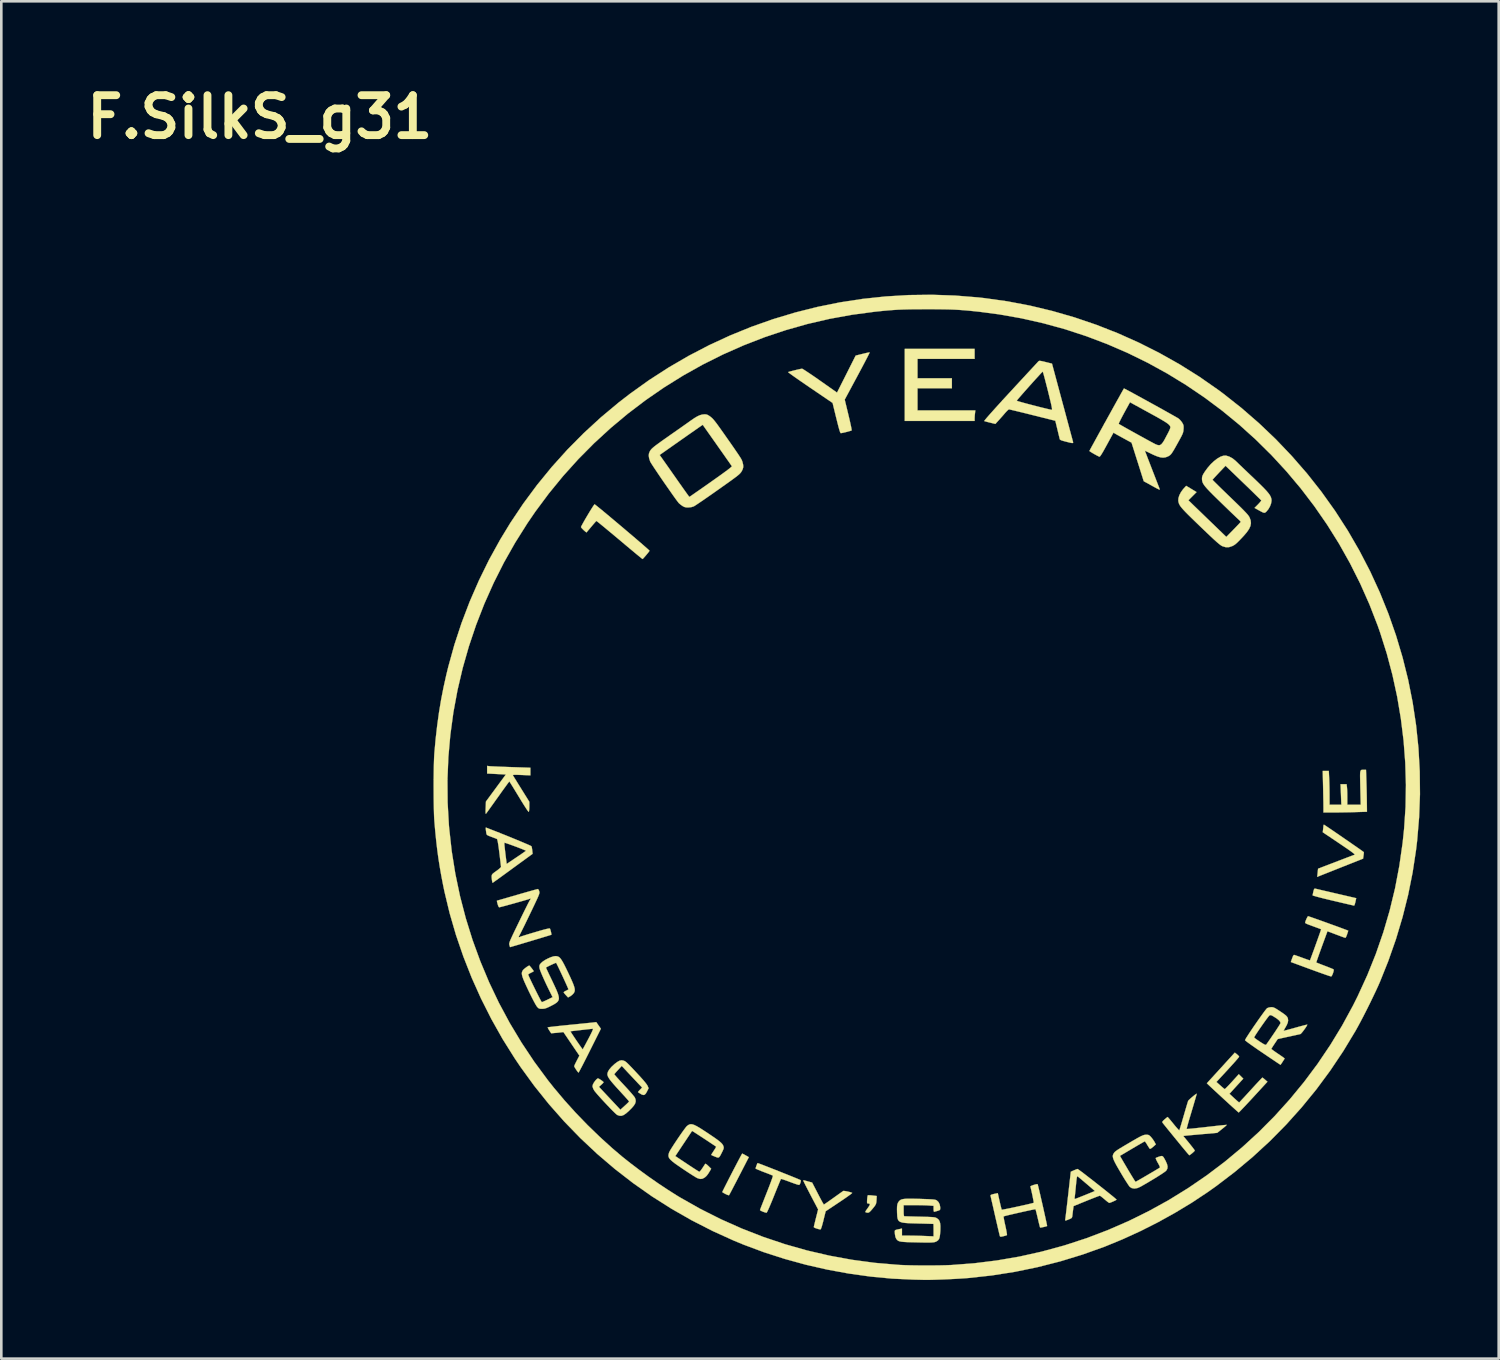
<source format=kicad_pcb>
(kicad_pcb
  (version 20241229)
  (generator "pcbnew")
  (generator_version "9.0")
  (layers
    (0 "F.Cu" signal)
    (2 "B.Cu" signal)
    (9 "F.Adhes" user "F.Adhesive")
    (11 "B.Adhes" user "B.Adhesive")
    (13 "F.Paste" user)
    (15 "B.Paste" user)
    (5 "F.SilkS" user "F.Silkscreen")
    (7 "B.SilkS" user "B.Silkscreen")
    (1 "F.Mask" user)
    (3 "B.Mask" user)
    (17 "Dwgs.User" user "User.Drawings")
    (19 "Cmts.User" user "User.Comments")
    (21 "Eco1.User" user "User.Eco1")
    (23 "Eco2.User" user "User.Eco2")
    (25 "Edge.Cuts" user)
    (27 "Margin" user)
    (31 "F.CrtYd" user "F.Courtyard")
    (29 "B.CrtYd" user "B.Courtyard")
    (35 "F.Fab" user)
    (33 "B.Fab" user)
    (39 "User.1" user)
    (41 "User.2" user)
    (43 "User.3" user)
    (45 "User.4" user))
  (footprint "F.SilkS_g31"
    (layer "F.Cu")
    (at 6.865 1.418)
    (property "Reference" "F.SilkS_g31" (at 0 0 0) (layer "F.SilkS") (effects (font (size 1.524 1.524) (thickness 0.3))))
    (attr through_hole)
    (fp_poly (pts (xy 27.284 9.229) (xy 25.104 9.229) (xy 25.104 9.97) (xy 26.416 9.97) (xy 26.416 10.351) (xy 25.104 10.351) (xy 25.104 11.197) (xy 27.311 11.197) (xy 27.298 11.308) (xy 27.289 11.394) (xy 27.285 11.48) (xy 27.284 11.509) (xy 27.284 11.599) (xy 24.617 11.599) (xy 24.617 8.848) (xy 27.284 8.848) (xy 27.284 9.229)) (stroke (width 0.01) (type solid)) (fill yes) (layer "F.SilkS"))
    (fp_poly (pts (xy 18.436 39.571) (xy 18.486 39.596) (xy 18.546 39.63) (xy 18.666 39.698) (xy 18.295 40.418) (xy 18.212 40.579) (xy 18.134 40.728) (xy 18.065 40.861) (xy 18.006 40.974) (xy 17.959 41.063) (xy 17.926 41.123) (xy 17.911 41.15) (xy 17.91 41.151) (xy 17.886 41.15) (xy 17.835 41.132) (xy 17.775 41.104) (xy 17.712 41.07) (xy 17.668 41.043) (xy 17.653 41.03) (xy 17.662 41.007) (xy 17.689 40.953) (xy 17.729 40.871) (xy 17.782 40.767) (xy 17.844 40.645) (xy 17.912 40.511) (xy 17.985 40.37) (xy 18.059 40.226) (xy 18.133 40.084) (xy 18.203 39.95) (xy 18.267 39.828) (xy 18.323 39.723) (xy 18.367 39.64) (xy 18.398 39.585) (xy 18.412 39.561) (xy 18.413 39.561) (xy 18.436 39.571)) (stroke (width 0.01) (type solid)) (fill yes) (layer "F.SilkS"))
    (fp_poly (pts (xy 23.289 41.152) (xy 23.365 41.159) (xy 23.384 41.161) (xy 23.548 41.18) (xy 23.541 41.315) (xy 23.535 41.396) (xy 23.526 41.456) (xy 23.507 41.506) (xy 23.475 41.559) (xy 23.422 41.626) (xy 23.381 41.676) (xy 23.317 41.75) (xy 23.269 41.795) (xy 23.228 41.816) (xy 23.186 41.818) (xy 23.141 41.807) (xy 23.12 41.799) (xy 23.113 41.785) (xy 23.124 41.758) (xy 23.155 41.711) (xy 23.201 41.648) (xy 23.256 41.568) (xy 23.283 41.515) (xy 23.281 41.484) (xy 23.252 41.469) (xy 23.212 41.466) (xy 23.191 41.462) (xy 23.18 41.444) (xy 23.178 41.404) (xy 23.181 41.332) (xy 23.182 41.317) (xy 23.189 41.241) (xy 23.198 41.183) (xy 23.206 41.155) (xy 23.206 41.155) (xy 23.232 41.151) (xy 23.289 41.152)) (stroke (width 0.01) (type solid)) (fill yes) (layer "F.SilkS"))
    (fp_poly (pts (xy 40.277 29.448) (xy 40.305 29.454) (xy 40.369 29.469) (xy 40.465 29.492) (xy 40.588 29.521) (xy 40.733 29.554) (xy 40.895 29.592) (xy 41.07 29.633) (xy 41.08 29.635) (xy 41.848 29.813) (xy 41.835 29.877) (xy 41.812 29.981) (xy 41.791 30.054) (xy 41.773 30.093) (xy 41.766 30.097) (xy 41.743 30.092) (xy 41.683 30.078) (xy 41.591 30.057) (xy 41.472 30.029) (xy 41.329 29.996) (xy 41.169 29.958) (xy 40.995 29.917) (xy 40.968 29.911) (xy 40.793 29.869) (xy 40.631 29.83) (xy 40.488 29.794) (xy 40.367 29.762) (xy 40.274 29.736) (xy 40.211 29.718) (xy 40.185 29.707) (xy 40.185 29.706) (xy 40.189 29.676) (xy 40.201 29.619) (xy 40.213 29.563) (xy 40.232 29.492) (xy 40.25 29.456) (xy 40.272 29.447) (xy 40.277 29.448)) (stroke (width 0.01) (type solid)) (fill yes) (layer "F.SilkS"))
    (fp_poly (pts (xy 42.236 25.321) (xy 42.241 25.486) (xy 42.246 25.674) (xy 42.25 25.865) (xy 42.253 26.042) (xy 42.254 26.122) (xy 42.259 26.515) (xy 41.785 26.529) (xy 41.618 26.534) (xy 41.438 26.537) (xy 41.258 26.54) (xy 41.093 26.542) (xy 40.957 26.543) (xy 40.598 26.543) (xy 40.598 26.337) (xy 40.597 26.259) (xy 40.596 26.147) (xy 40.593 26.009) (xy 40.59 25.854) (xy 40.587 25.689) (xy 40.584 25.543) (xy 40.57 24.956) (xy 40.803 24.956) (xy 40.817 25.257) (xy 40.822 25.394) (xy 40.826 25.554) (xy 40.829 25.721) (xy 40.83 25.875) (xy 40.83 25.903) (xy 40.831 26.247) (xy 41.281 26.247) (xy 41.266 25.855) (xy 41.251 25.463) (xy 41.481 25.463) (xy 41.494 25.562) (xy 41.499 25.62) (xy 41.504 25.709) (xy 41.507 25.818) (xy 41.508 25.934) (xy 41.508 25.953) (xy 41.508 26.247) (xy 42.021 26.247) (xy 42.005 25.599) (xy 42.001 25.41) (xy 41.998 25.26) (xy 41.996 25.144) (xy 41.998 25.056) (xy 42.004 24.995) (xy 42.015 24.954) (xy 42.031 24.929) (xy 42.053 24.917) (xy 42.082 24.914) (xy 42.119 24.913) (xy 42.135 24.913) (xy 42.223 24.913) (xy 42.236 25.321)) (stroke (width 0.01) (type solid)) (fill yes) (layer "F.SilkS"))
    (fp_poly (pts (xy 40.637 27.02) (xy 40.687 27.053) (xy 40.763 27.104) (xy 40.861 27.17) (xy 40.976 27.248) (xy 41.104 27.336) (xy 41.24 27.43) (xy 41.381 27.527) (xy 41.522 27.624) (xy 41.658 27.718) (xy 41.786 27.807) (xy 41.9 27.886) (xy 41.997 27.954) (xy 42.072 28.007) (xy 42.121 28.043) (xy 42.139 28.056) (xy 42.14 28.079) (xy 42.135 28.131) (xy 42.128 28.184) (xy 42.111 28.305) (xy 41.328 28.615) (xy 41.152 28.685) (xy 40.986 28.751) (xy 40.833 28.812) (xy 40.699 28.865) (xy 40.589 28.909) (xy 40.507 28.941) (xy 40.459 28.96) (xy 40.453 28.963) (xy 40.36 29) (xy 40.376 28.846) (xy 40.383 28.77) (xy 40.39 28.715) (xy 40.393 28.689) (xy 40.394 28.688) (xy 40.413 28.68) (xy 40.467 28.66) (xy 40.549 28.628) (xy 40.654 28.587) (xy 40.778 28.54) (xy 40.914 28.488) (xy 41.057 28.433) (xy 41.201 28.378) (xy 41.342 28.324) (xy 41.474 28.273) (xy 41.591 28.229) (xy 41.688 28.192) (xy 41.76 28.165) (xy 41.789 28.154) (xy 41.79 28.144) (xy 41.769 28.12) (xy 41.723 28.083) (xy 41.651 28.029) (xy 41.551 27.958) (xy 41.419 27.868) (xy 41.255 27.756) (xy 41.199 27.718) (xy 40.572 27.297) (xy 40.584 27.19) (xy 40.592 27.12) (xy 40.597 27.064) (xy 40.597 27.046) (xy 40.607 27.014) (xy 40.618 27.009) (xy 40.637 27.02)) (stroke (width 0.01) (type solid)) (fill yes) (layer "F.SilkS"))
    (fp_poly (pts (xy 8.747 24.774) (xy 8.784 24.777) (xy 8.858 24.781) (xy 8.963 24.786) (xy 9.095 24.792) (xy 9.248 24.798) (xy 9.416 24.804) (xy 9.573 24.81) (xy 10.329 24.835) (xy 10.329 25.125) (xy 9.987 25.111) (xy 9.859 25.106) (xy 9.767 25.104) (xy 9.707 25.105) (xy 9.673 25.109) (xy 9.661 25.117) (xy 9.662 25.127) (xy 9.678 25.152) (xy 9.712 25.208) (xy 9.763 25.29) (xy 9.827 25.394) (xy 9.901 25.513) (xy 9.982 25.643) (xy 9.983 25.645) (xy 10.287 26.133) (xy 10.287 26.311) (xy 10.285 26.397) (xy 10.279 26.467) (xy 10.272 26.511) (xy 10.269 26.517) (xy 10.253 26.509) (xy 10.217 26.464) (xy 10.162 26.382) (xy 10.086 26.264) (xy 9.989 26.109) (xy 9.894 25.952) (xy 9.807 25.809) (xy 9.728 25.679) (xy 9.658 25.565) (xy 9.6 25.472) (xy 9.557 25.404) (xy 9.531 25.366) (xy 9.525 25.359) (xy 9.511 25.375) (xy 9.475 25.422) (xy 9.42 25.496) (xy 9.35 25.593) (xy 9.266 25.708) (xy 9.173 25.839) (xy 9.091 25.954) (xy 8.99 26.095) (xy 8.897 26.226) (xy 8.813 26.343) (xy 8.742 26.442) (xy 8.688 26.517) (xy 8.652 26.566) (xy 8.64 26.583) (xy 8.628 26.591) (xy 8.621 26.579) (xy 8.618 26.54) (xy 8.619 26.469) (xy 8.622 26.371) (xy 8.632 26.125) (xy 9.012 25.609) (xy 9.392 25.093) (xy 9.035 25.074) (xy 8.678 25.056) (xy 8.678 24.763) (xy 8.747 24.774)) (stroke (width 0.01) (type solid)) (fill yes) (layer "F.SilkS"))
    (fp_poly (pts (xy 20.78 40.584) (xy 20.82 40.595) (xy 20.885 40.613) (xy 20.949 40.631) (xy 21.082 40.667) (xy 21.299 41.087) (xy 21.362 41.209) (xy 21.419 41.316) (xy 21.467 41.405) (xy 21.504 41.469) (xy 21.525 41.503) (xy 21.529 41.508) (xy 21.549 41.496) (xy 21.599 41.463) (xy 21.672 41.413) (xy 21.763 41.348) (xy 21.868 41.274) (xy 21.895 41.255) (xy 22.002 41.178) (xy 22.099 41.109) (xy 22.179 41.052) (xy 22.237 41.011) (xy 22.267 40.99) (xy 22.269 40.988) (xy 22.298 40.987) (xy 22.355 40.994) (xy 22.427 41.008) (xy 22.502 41.025) (xy 22.566 41.043) (xy 22.606 41.059) (xy 22.612 41.062) (xy 22.599 41.077) (xy 22.555 41.113) (xy 22.484 41.165) (xy 22.391 41.231) (xy 22.278 41.309) (xy 22.152 41.394) (xy 22.113 41.42) (xy 21.599 41.763) (xy 21.54 42.001) (xy 21.502 42.157) (xy 21.47 42.276) (xy 21.445 42.362) (xy 21.425 42.418) (xy 21.408 42.449) (xy 21.393 42.458) (xy 21.393 42.458) (xy 21.359 42.451) (xy 21.301 42.436) (xy 21.257 42.423) (xy 21.195 42.401) (xy 21.155 42.379) (xy 21.146 42.367) (xy 21.151 42.34) (xy 21.165 42.279) (xy 21.186 42.192) (xy 21.212 42.086) (xy 21.229 42.019) (xy 21.311 41.693) (xy 21.027 41.152) (xy 20.955 41.013) (xy 20.889 40.885) (xy 20.832 40.775) (xy 20.788 40.686) (xy 20.757 40.624) (xy 20.744 40.594) (xy 20.743 40.592) (xy 20.76 40.581) (xy 20.78 40.584)) (stroke (width 0.01) (type solid)) (fill yes) (layer "F.SilkS"))
    (fp_poly (pts (xy 23.278 8.983) (xy 23.27 9.003) (xy 23.244 9.057) (xy 23.202 9.141) (xy 23.145 9.251) (xy 23.076 9.383) (xy 22.996 9.535) (xy 22.907 9.702) (xy 22.812 9.88) (xy 22.807 9.889) (xy 22.326 10.784) (xy 22.466 11.365) (xy 22.502 11.516) (xy 22.533 11.653) (xy 22.559 11.771) (xy 22.578 11.865) (xy 22.589 11.93) (xy 22.591 11.959) (xy 22.59 11.96) (xy 22.564 11.971) (xy 22.507 11.988) (xy 22.432 12.009) (xy 22.349 12.03) (xy 22.272 12.048) (xy 22.209 12.06) (xy 22.175 12.065) (xy 22.162 12.052) (xy 22.145 12.012) (xy 22.122 11.942) (xy 22.093 11.839) (xy 22.057 11.7) (xy 22.013 11.523) (xy 22.004 11.488) (xy 21.863 10.911) (xy 21.008 10.33) (xy 20.839 10.214) (xy 20.682 10.106) (xy 20.539 10.007) (xy 20.415 9.92) (xy 20.313 9.847) (xy 20.235 9.79) (xy 20.185 9.752) (xy 20.167 9.735) (xy 20.167 9.734) (xy 20.192 9.724) (xy 20.249 9.708) (xy 20.327 9.688) (xy 20.417 9.665) (xy 20.509 9.643) (xy 20.593 9.624) (xy 20.66 9.61) (xy 20.698 9.604) (xy 20.723 9.616) (xy 20.778 9.649) (xy 20.859 9.702) (xy 20.963 9.771) (xy 21.085 9.853) (xy 21.222 9.947) (xy 21.369 10.05) (xy 21.383 10.06) (xy 22.032 10.517) (xy 22.388 9.811) (xy 22.744 9.104) (xy 23.006 9.039) (xy 23.105 9.015) (xy 23.189 8.996) (xy 23.249 8.985) (xy 23.277 8.983) (xy 23.278 8.983)) (stroke (width 0.01) (type solid)) (fill yes) (layer "F.SilkS"))
    (fp_poly (pts (xy 12.8 14.794) (xy 12.85 14.833) (xy 12.926 14.894) (xy 13.023 14.973) (xy 13.139 15.069) (xy 13.27 15.178) (xy 13.413 15.298) (xy 13.565 15.425) (xy 13.722 15.558) (xy 13.882 15.692) (xy 14.04 15.827) (xy 14.194 15.957) (xy 14.341 16.082) (xy 14.476 16.198) (xy 14.597 16.302) (xy 14.7 16.392) (xy 14.783 16.465) (xy 14.841 16.517) (xy 14.872 16.547) (xy 14.876 16.553) (xy 14.859 16.58) (xy 14.823 16.627) (xy 14.775 16.686) (xy 14.722 16.749) (xy 14.672 16.806) (xy 14.633 16.849) (xy 14.611 16.869) (xy 14.609 16.869) (xy 14.591 16.856) (xy 14.543 16.817) (xy 14.469 16.757) (xy 14.371 16.677) (xy 14.254 16.579) (xy 14.119 16.467) (xy 13.97 16.342) (xy 13.81 16.207) (xy 13.728 16.138) (xy 13.563 16) (xy 13.408 15.871) (xy 13.266 15.753) (xy 13.14 15.648) (xy 13.032 15.56) (xy 12.947 15.49) (xy 12.885 15.442) (xy 12.852 15.417) (xy 12.847 15.414) (xy 12.831 15.431) (xy 12.793 15.473) (xy 12.741 15.532) (xy 12.681 15.603) (xy 12.619 15.677) (xy 12.56 15.747) (xy 12.511 15.805) (xy 12.479 15.845) (xy 12.475 15.851) (xy 12.457 15.845) (xy 12.419 15.816) (xy 12.371 15.774) (xy 12.323 15.727) (xy 12.283 15.684) (xy 12.262 15.654) (xy 12.26 15.648) (xy 12.274 15.615) (xy 12.306 15.554) (xy 12.351 15.472) (xy 12.406 15.375) (xy 12.468 15.269) (xy 12.533 15.16) (xy 12.597 15.053) (xy 12.657 14.957) (xy 12.709 14.875) (xy 12.749 14.816) (xy 12.773 14.784) (xy 12.779 14.78) (xy 12.8 14.794)) (stroke (width 0.01) (type solid)) (fill yes) (layer "F.SilkS"))
    (fp_poly (pts (xy 19.019 39.929) (xy 19.074 39.949) (xy 19.158 39.98) (xy 19.266 40.022) (xy 19.393 40.071) (xy 19.535 40.127) (xy 19.686 40.186) (xy 19.841 40.248) (xy 19.996 40.31) (xy 20.145 40.369) (xy 20.284 40.425) (xy 20.407 40.475) (xy 20.51 40.517) (xy 20.587 40.55) (xy 20.633 40.57) (xy 20.645 40.576) (xy 20.651 40.607) (xy 20.641 40.657) (xy 20.622 40.71) (xy 20.599 40.749) (xy 20.587 40.758) (xy 20.56 40.754) (xy 20.5 40.737) (xy 20.416 40.709) (xy 20.313 40.672) (xy 20.235 40.643) (xy 20.125 40.602) (xy 20.029 40.568) (xy 19.954 40.544) (xy 19.906 40.531) (xy 19.893 40.531) (xy 19.882 40.553) (xy 19.857 40.61) (xy 19.821 40.697) (xy 19.775 40.809) (xy 19.721 40.941) (xy 19.662 41.088) (xy 19.625 41.18) (xy 19.559 41.344) (xy 19.498 41.49) (xy 19.445 41.615) (xy 19.401 41.713) (xy 19.368 41.781) (xy 19.347 41.816) (xy 19.343 41.819) (xy 19.309 41.814) (xy 19.25 41.796) (xy 19.203 41.779) (xy 19.143 41.752) (xy 19.103 41.729) (xy 19.092 41.718) (xy 19.1 41.694) (xy 19.121 41.637) (xy 19.155 41.549) (xy 19.199 41.437) (xy 19.251 41.304) (xy 19.309 41.156) (xy 19.347 41.061) (xy 19.408 40.906) (xy 19.463 40.764) (xy 19.51 40.639) (xy 19.547 40.536) (xy 19.572 40.46) (xy 19.585 40.415) (xy 19.585 40.405) (xy 19.561 40.393) (xy 19.503 40.368) (xy 19.42 40.335) (xy 19.319 40.296) (xy 19.246 40.269) (xy 19.137 40.227) (xy 19.045 40.189) (xy 18.974 40.159) (xy 18.932 40.137) (xy 18.923 40.13) (xy 18.93 40.102) (xy 18.947 40.052) (xy 18.968 39.994) (xy 18.988 39.946) (xy 18.999 39.924) (xy 19.019 39.929)) (stroke (width 0.01) (type solid)) (fill yes) (layer "F.SilkS"))
    (fp_poly (pts (xy 37.298 35.773) (xy 37.346 35.816) (xy 37.375 35.851) (xy 37.38 35.863) (xy 37.366 35.885) (xy 37.327 35.933) (xy 37.266 36.004) (xy 37.187 36.094) (xy 37.093 36.198) (xy 36.987 36.314) (xy 36.947 36.358) (xy 36.513 36.828) (xy 36.662 36.961) (xy 36.728 37.02) (xy 36.784 37.067) (xy 36.82 37.095) (xy 36.828 37.101) (xy 36.848 37.088) (xy 36.89 37.048) (xy 36.951 36.986) (xy 37.026 36.907) (xy 37.107 36.819) (xy 37.367 36.532) (xy 37.538 36.702) (xy 37.474 36.771) (xy 37.436 36.813) (xy 37.377 36.878) (xy 37.304 36.957) (xy 37.226 37.043) (xy 37.21 37.06) (xy 37.011 37.28) (xy 37.19 37.446) (xy 37.262 37.511) (xy 37.322 37.564) (xy 37.364 37.599) (xy 37.38 37.611) (xy 37.397 37.596) (xy 37.438 37.553) (xy 37.5 37.486) (xy 37.581 37.4) (xy 37.675 37.297) (xy 37.78 37.182) (xy 37.823 37.135) (xy 37.931 37.017) (xy 38.03 36.909) (xy 38.117 36.816) (xy 38.187 36.742) (xy 38.237 36.689) (xy 38.264 36.663) (xy 38.267 36.661) (xy 38.289 36.674) (xy 38.331 36.707) (xy 38.37 36.74) (xy 38.46 36.819) (xy 37.92 37.407) (xy 37.798 37.539) (xy 37.685 37.66) (xy 37.584 37.768) (xy 37.498 37.858) (xy 37.431 37.928) (xy 37.385 37.974) (xy 37.365 37.993) (xy 37.364 37.993) (xy 37.345 37.979) (xy 37.299 37.939) (xy 37.23 37.877) (xy 37.14 37.796) (xy 37.033 37.7) (xy 36.914 37.59) (xy 36.798 37.484) (xy 36.668 37.364) (xy 36.546 37.251) (xy 36.436 37.15) (xy 36.343 37.063) (xy 36.269 36.994) (xy 36.219 36.947) (xy 36.198 36.927) (xy 36.148 36.878) (xy 36.682 36.293) (xy 37.215 35.708) (xy 37.298 35.773)) (stroke (width 0.01) (type solid)) (fill yes) (layer "F.SilkS"))
    (fp_poly (pts (xy 13.019 34.796) (xy 12.6 35.633) (xy 12.513 35.807) (xy 12.431 35.969) (xy 12.357 36.115) (xy 12.292 36.241) (xy 12.238 36.343) (xy 12.198 36.417) (xy 12.173 36.461) (xy 12.166 36.47) (xy 12.147 36.454) (xy 12.113 36.412) (xy 12.076 36.359) (xy 12.037 36.298) (xy 12.01 36.25) (xy 12.001 36.227) (xy 12.01 36.2) (xy 12.034 36.145) (xy 12.071 36.071) (xy 12.1 36.014) (xy 12.199 35.823) (xy 11.894 35.373) (xy 11.589 34.923) (xy 11.493 34.935) (xy 11.419 34.943) (xy 11.326 34.953) (xy 11.261 34.958) (xy 11.123 34.97) (xy 11.073 34.895) (xy 11.857 34.895) (xy 11.866 34.913) (xy 11.895 34.959) (xy 11.939 35.027) (xy 11.994 35.11) (xy 12.055 35.201) (xy 12.118 35.294) (xy 12.179 35.382) (xy 12.233 35.459) (xy 12.272 35.514) (xy 12.324 35.585) (xy 12.37 35.504) (xy 12.396 35.457) (xy 12.436 35.382) (xy 12.487 35.286) (xy 12.545 35.177) (xy 12.58 35.11) (xy 12.637 34.998) (xy 12.681 34.907) (xy 12.709 34.841) (xy 12.719 34.804) (xy 12.717 34.798) (xy 12.686 34.8) (xy 12.623 34.806) (xy 12.535 34.815) (xy 12.43 34.827) (xy 12.315 34.84) (xy 12.199 34.853) (xy 12.088 34.866) (xy 11.991 34.877) (xy 11.915 34.887) (xy 11.868 34.893) (xy 11.857 34.895) (xy 11.073 34.895) (xy 11.051 34.862) (xy 11.015 34.804) (xy 10.994 34.76) (xy 10.991 34.743) (xy 11.015 34.738) (xy 11.075 34.73) (xy 11.169 34.719) (xy 11.29 34.705) (xy 11.436 34.689) (xy 11.601 34.672) (xy 11.78 34.654) (xy 11.825 34.649) (xy 12.012 34.631) (xy 12.188 34.613) (xy 12.349 34.597) (xy 12.491 34.582) (xy 12.606 34.571) (xy 12.691 34.562) (xy 12.74 34.556) (xy 12.744 34.556) (xy 12.842 34.543) (xy 13.019 34.796)) (stroke (width 0.01) (type solid)) (fill yes) (layer "F.SilkS"))
    (fp_poly (pts (xy 8.634 27.118) (xy 8.818 27.19) (xy 9.008 27.264) (xy 9.201 27.341) (xy 9.392 27.417) (xy 9.577 27.492) (xy 9.752 27.564) (xy 9.914 27.631) (xy 10.057 27.691) (xy 10.179 27.743) (xy 10.274 27.784) (xy 10.338 27.814) (xy 10.369 27.831) (xy 10.37 27.833) (xy 10.382 27.871) (xy 10.393 27.936) (xy 10.4 27.993) (xy 10.413 28.12) (xy 9.658 28.67) (xy 9.501 28.785) (xy 9.354 28.892) (xy 9.221 28.989) (xy 9.106 29.072) (xy 9.011 29.14) (xy 8.941 29.19) (xy 8.9 29.22) (xy 8.889 29.227) (xy 8.879 29.211) (xy 8.868 29.165) (xy 8.861 29.121) (xy 8.851 29.029) (xy 8.85 28.965) (xy 8.862 28.918) (xy 8.894 28.877) (xy 8.951 28.832) (xy 9.028 28.777) (xy 9.103 28.722) (xy 9.162 28.672) (xy 9.199 28.634) (xy 9.207 28.619) (xy 9.205 28.589) (xy 9.197 28.524) (xy 9.186 28.429) (xy 9.172 28.311) (xy 9.156 28.175) (xy 9.144 28.079) (xy 9.121 27.899) (xy 9.1 27.755) (xy 9.094 27.719) (xy 9.335 27.719) (xy 9.338 27.778) (xy 9.347 27.873) (xy 9.362 28.007) (xy 9.383 28.18) (xy 9.401 28.324) (xy 9.424 28.507) (xy 9.791 28.26) (xy 9.901 28.186) (xy 9.997 28.12) (xy 10.075 28.066) (xy 10.131 28.026) (xy 10.157 28.006) (xy 10.159 28.003) (xy 10.14 27.992) (xy 10.089 27.97) (xy 10.012 27.938) (xy 9.917 27.901) (xy 9.811 27.86) (xy 9.7 27.819) (xy 9.593 27.78) (xy 9.496 27.745) (xy 9.416 27.718) (xy 9.361 27.701) (xy 9.338 27.696) (xy 9.338 27.696) (xy 9.335 27.719) (xy 9.094 27.719) (xy 9.082 27.649) (xy 9.066 27.582) (xy 9.055 27.556) (xy 9.024 27.542) (xy 8.963 27.518) (xy 8.884 27.488) (xy 8.843 27.473) (xy 8.756 27.44) (xy 8.701 27.416) (xy 8.67 27.394) (xy 8.655 27.369) (xy 8.648 27.34) (xy 8.633 27.236) (xy 8.626 27.168) (xy 8.625 27.13) (xy 8.631 27.118) (xy 8.634 27.118)) (stroke (width 0.01) (type solid)) (fill yes) (layer "F.SilkS"))
    (fp_poly (pts (xy 35.76 37.277) (xy 35.756 37.298) (xy 35.741 37.355) (xy 35.716 37.443) (xy 35.683 37.557) (xy 35.643 37.693) (xy 35.598 37.844) (xy 35.567 37.948) (xy 35.519 38.108) (xy 35.475 38.254) (xy 35.438 38.383) (xy 35.409 38.489) (xy 35.388 38.567) (xy 35.377 38.612) (xy 35.377 38.622) (xy 35.399 38.622) (xy 35.46 38.618) (xy 35.552 38.61) (xy 35.672 38.598) (xy 35.816 38.582) (xy 35.977 38.565) (xy 36.143 38.546) (xy 36.317 38.526) (xy 36.477 38.508) (xy 36.619 38.492) (xy 36.738 38.48) (xy 36.828 38.471) (xy 36.886 38.466) (xy 36.907 38.466) (xy 36.894 38.481) (xy 36.855 38.518) (xy 36.795 38.569) (xy 36.729 38.622) (xy 36.544 38.77) (xy 36.005 38.817) (xy 35.851 38.831) (xy 35.706 38.844) (xy 35.576 38.855) (xy 35.468 38.865) (xy 35.39 38.873) (xy 35.356 38.876) (xy 35.247 38.888) (xy 35.467 39.156) (xy 35.54 39.247) (xy 35.604 39.328) (xy 35.652 39.392) (xy 35.681 39.434) (xy 35.687 39.447) (xy 35.672 39.469) (xy 35.633 39.507) (xy 35.583 39.551) (xy 35.532 39.591) (xy 35.492 39.618) (xy 35.476 39.624) (xy 35.461 39.608) (xy 35.421 39.563) (xy 35.361 39.492) (xy 35.284 39.4) (xy 35.192 39.289) (xy 35.089 39.163) (xy 34.977 39.027) (xy 34.865 38.889) (xy 34.76 38.76) (xy 34.665 38.644) (xy 34.585 38.544) (xy 34.522 38.466) (xy 34.48 38.413) (xy 34.461 38.389) (xy 34.448 38.365) (xy 34.452 38.341) (xy 34.479 38.308) (xy 34.533 38.259) (xy 34.535 38.257) (xy 34.59 38.21) (xy 34.631 38.177) (xy 34.65 38.164) (xy 34.666 38.18) (xy 34.704 38.223) (xy 34.759 38.288) (xy 34.826 38.369) (xy 34.872 38.426) (xy 34.944 38.514) (xy 35.008 38.588) (xy 35.057 38.642) (xy 35.088 38.671) (xy 35.096 38.675) (xy 35.105 38.652) (xy 35.124 38.593) (xy 35.151 38.505) (xy 35.185 38.392) (xy 35.223 38.261) (xy 35.264 38.121) (xy 35.306 37.976) (xy 35.345 37.842) (xy 35.379 37.727) (xy 35.407 37.636) (xy 35.426 37.574) (xy 35.436 37.548) (xy 35.457 37.521) (xy 35.501 37.479) (xy 35.558 37.429) (xy 35.621 37.376) (xy 35.68 37.328) (xy 35.728 37.293) (xy 35.756 37.277) (xy 35.76 37.277)) (stroke (width 0.01) (type solid)) (fill yes) (layer "F.SilkS"))
    (fp_poly (pts (xy 31.232 40.16) (xy 31.282 40.195) (xy 31.357 40.25) (xy 31.452 40.322) (xy 31.563 40.408) (xy 31.687 40.504) (xy 31.82 40.607) (xy 31.956 40.714) (xy 32.092 40.821) (xy 32.225 40.926) (xy 32.349 41.025) (xy 32.46 41.115) (xy 32.556 41.192) (xy 32.63 41.254) (xy 32.68 41.298) (xy 32.701 41.319) (xy 32.701 41.32) (xy 32.684 41.334) (xy 32.64 41.358) (xy 32.579 41.386) (xy 32.516 41.413) (xy 32.46 41.435) (xy 32.425 41.444) (xy 32.423 41.444) (xy 32.399 41.431) (xy 32.35 41.396) (xy 32.287 41.344) (xy 32.244 41.307) (xy 32.174 41.248) (xy 32.115 41.202) (xy 32.074 41.174) (xy 32.061 41.169) (xy 32.035 41.177) (xy 31.976 41.199) (xy 31.888 41.232) (xy 31.779 41.275) (xy 31.652 41.325) (xy 31.549 41.367) (xy 31.062 41.564) (xy 31.047 41.668) (xy 31.036 41.752) (xy 31.024 41.849) (xy 31.019 41.896) (xy 31.01 41.965) (xy 30.996 42.006) (xy 30.97 42.032) (xy 30.922 42.055) (xy 30.918 42.057) (xy 30.83 42.093) (xy 30.775 42.112) (xy 30.746 42.114) (xy 30.738 42.102) (xy 30.741 42.087) (xy 30.746 42.058) (xy 30.754 41.992) (xy 30.767 41.892) (xy 30.782 41.765) (xy 30.8 41.613) (xy 30.82 41.443) (xy 30.839 41.28) (xy 31.099 41.28) (xy 31.107 41.296) (xy 31.131 41.289) (xy 31.188 41.267) (xy 31.271 41.235) (xy 31.374 41.194) (xy 31.491 41.147) (xy 31.495 41.146) (xy 31.611 41.098) (xy 31.713 41.057) (xy 31.795 41.023) (xy 31.85 41) (xy 31.871 40.991) (xy 31.872 40.99) (xy 31.858 40.977) (xy 31.817 40.94) (xy 31.756 40.887) (xy 31.679 40.821) (xy 31.593 40.747) (xy 31.503 40.671) (xy 31.416 40.597) (xy 31.337 40.53) (xy 31.271 40.476) (xy 31.225 40.438) (xy 31.219 40.434) (xy 31.207 40.428) (xy 31.197 40.436) (xy 31.188 40.463) (xy 31.179 40.513) (xy 31.169 40.592) (xy 31.158 40.704) (xy 31.149 40.794) (xy 31.137 40.921) (xy 31.125 41.038) (xy 31.115 41.135) (xy 31.107 41.205) (xy 31.102 41.238) (xy 31.099 41.28) (xy 30.839 41.28) (xy 30.841 41.257) (xy 30.854 41.151) (xy 30.955 40.254) (xy 31.068 40.204) (xy 31.135 40.176) (xy 31.188 40.155) (xy 31.211 40.149) (xy 31.232 40.16)) (stroke (width 0.01) (type solid)) (fill yes) (layer "F.SilkS"))
    (fp_poly (pts (xy 40.036 30.508) (xy 40.094 30.528) (xy 40.181 30.558) (xy 40.291 30.597) (xy 40.42 30.642) (xy 40.561 30.693) (xy 40.71 30.746) (xy 40.86 30.801) (xy 41.007 30.854) (xy 41.146 30.904) (xy 41.27 30.95) (xy 41.374 30.989) (xy 41.453 31.018) (xy 41.49 31.032) (xy 41.545 31.055) (xy 41.501 31.191) (xy 41.476 31.259) (xy 41.452 31.308) (xy 41.435 31.327) (xy 41.435 31.327) (xy 41.408 31.319) (xy 41.349 31.3) (xy 41.268 31.27) (xy 41.172 31.234) (xy 41.159 31.229) (xy 41.054 31.19) (xy 40.958 31.153) (xy 40.879 31.123) (xy 40.829 31.105) (xy 40.828 31.104) (xy 40.751 31.076) (xy 40.534 31.668) (xy 40.48 31.817) (xy 40.431 31.953) (xy 40.39 32.071) (xy 40.357 32.165) (xy 40.335 32.232) (xy 40.325 32.265) (xy 40.325 32.268) (xy 40.347 32.277) (xy 40.401 32.299) (xy 40.481 32.33) (xy 40.58 32.369) (xy 40.651 32.395) (xy 40.76 32.437) (xy 40.855 32.475) (xy 40.929 32.505) (xy 40.975 32.526) (xy 40.986 32.533) (xy 40.991 32.562) (xy 40.981 32.616) (xy 40.961 32.68) (xy 40.936 32.742) (xy 40.91 32.787) (xy 40.892 32.802) (xy 40.866 32.795) (xy 40.805 32.776) (xy 40.713 32.745) (xy 40.596 32.704) (xy 40.456 32.654) (xy 40.3 32.598) (xy 40.131 32.536) (xy 40.108 32.528) (xy 39.354 32.25) (xy 39.402 32.111) (xy 39.434 32.029) (xy 39.462 31.985) (xy 39.478 31.978) (xy 39.508 31.987) (xy 39.569 32.008) (xy 39.654 32.038) (xy 39.755 32.074) (xy 39.792 32.088) (xy 39.894 32.125) (xy 39.98 32.156) (xy 40.044 32.177) (xy 40.078 32.188) (xy 40.082 32.188) (xy 40.091 32.167) (xy 40.112 32.112) (xy 40.143 32.029) (xy 40.181 31.925) (xy 40.225 31.805) (xy 40.272 31.676) (xy 40.32 31.543) (xy 40.367 31.412) (xy 40.41 31.29) (xy 40.449 31.181) (xy 40.479 31.094) (xy 40.5 31.032) (xy 40.509 31.002) (xy 40.51 31.001) (xy 40.488 30.991) (xy 40.436 30.971) (xy 40.362 30.944) (xy 40.322 30.929) (xy 40.223 30.893) (xy 40.121 30.855) (xy 40.036 30.824) (xy 40.021 30.818) (xy 39.957 30.792) (xy 39.913 30.768) (xy 39.899 30.754) (xy 39.907 30.714) (xy 39.927 30.657) (xy 39.954 30.594) (xy 39.982 30.54) (xy 40.004 30.506) (xy 40.012 30.501) (xy 40.036 30.508)) (stroke (width 0.01) (type solid)) (fill yes) (layer "F.SilkS"))
    (fp_poly (pts (xy 16.51 38.445) (xy 16.58 38.468) (xy 16.667 38.51) (xy 16.775 38.572) (xy 16.908 38.656) (xy 17.066 38.759) (xy 17.232 38.871) (xy 17.366 38.962) (xy 17.472 39.038) (xy 17.552 39.101) (xy 17.611 39.153) (xy 17.653 39.199) (xy 17.68 39.241) (xy 17.697 39.281) (xy 17.707 39.321) (xy 17.706 39.359) (xy 17.691 39.406) (xy 17.66 39.475) (xy 17.645 39.504) (xy 17.596 39.602) (xy 17.559 39.666) (xy 17.528 39.702) (xy 17.496 39.715) (xy 17.454 39.708) (xy 17.396 39.686) (xy 17.37 39.676) (xy 17.301 39.647) (xy 17.251 39.624) (xy 17.23 39.611) (xy 17.23 39.611) (xy 17.241 39.591) (xy 17.27 39.544) (xy 17.311 39.48) (xy 17.328 39.454) (xy 17.372 39.386) (xy 17.404 39.332) (xy 17.418 39.302) (xy 17.418 39.299) (xy 17.393 39.28) (xy 17.339 39.243) (xy 17.262 39.192) (xy 17.169 39.13) (xy 17.065 39.061) (xy 16.956 38.989) (xy 16.846 38.917) (xy 16.743 38.85) (xy 16.651 38.79) (xy 16.576 38.742) (xy 16.524 38.71) (xy 16.501 38.697) (xy 16.5 38.696) (xy 16.488 38.715) (xy 16.454 38.764) (xy 16.404 38.84) (xy 16.339 38.937) (xy 16.264 39.05) (xy 16.18 39.176) (xy 16.177 39.18) (xy 15.86 39.657) (xy 16.304 39.953) (xy 16.426 40.034) (xy 16.538 40.107) (xy 16.634 40.169) (xy 16.708 40.216) (xy 16.757 40.246) (xy 16.774 40.255) (xy 16.789 40.25) (xy 16.814 40.226) (xy 16.85 40.18) (xy 16.901 40.107) (xy 16.969 40.003) (xy 17.001 39.954) (xy 17.024 39.955) (xy 17.069 39.986) (xy 17.123 40.036) (xy 17.229 40.14) (xy 17.173 40.237) (xy 17.112 40.335) (xy 17.059 40.405) (xy 17.003 40.458) (xy 16.965 40.485) (xy 16.887 40.524) (xy 16.807 40.53) (xy 16.714 40.503) (xy 16.678 40.486) (xy 16.634 40.461) (xy 16.561 40.416) (xy 16.465 40.355) (xy 16.352 40.282) (xy 16.228 40.2) (xy 16.131 40.135) (xy 15.972 40.026) (xy 15.845 39.937) (xy 15.749 39.862) (xy 15.679 39.799) (xy 15.632 39.744) (xy 15.606 39.693) (xy 15.598 39.642) (xy 15.604 39.587) (xy 15.621 39.526) (xy 15.625 39.516) (xy 15.645 39.474) (xy 15.686 39.403) (xy 15.744 39.311) (xy 15.813 39.203) (xy 15.891 39.086) (xy 15.972 38.965) (xy 16.054 38.846) (xy 16.13 38.737) (xy 16.199 38.642) (xy 16.254 38.568) (xy 16.293 38.522) (xy 16.302 38.512) (xy 16.352 38.475) (xy 16.4 38.45) (xy 16.451 38.44) (xy 16.51 38.445)) (stroke (width 0.01) (type solid)) (fill yes) (layer "F.SilkS"))
    (fp_poly (pts (xy 10.636 29.482) (xy 10.659 29.528) (xy 10.665 29.547) (xy 10.671 29.568) (xy 10.674 29.59) (xy 10.672 29.615) (xy 10.665 29.648) (xy 10.649 29.693) (xy 10.625 29.753) (xy 10.59 29.832) (xy 10.542 29.935) (xy 10.481 30.065) (xy 10.404 30.226) (xy 10.326 30.388) (xy 10.244 30.558) (xy 10.166 30.719) (xy 10.095 30.866) (xy 10.031 30.994) (xy 9.979 31.099) (xy 9.94 31.176) (xy 9.916 31.221) (xy 9.913 31.226) (xy 9.885 31.279) (xy 9.888 31.303) (xy 9.921 31.298) (xy 9.946 31.285) (xy 9.976 31.274) (xy 10.041 31.253) (xy 10.135 31.223) (xy 10.251 31.187) (xy 10.386 31.147) (xy 10.521 31.107) (xy 10.697 31.055) (xy 10.836 31.016) (xy 10.94 30.99) (xy 11.012 30.974) (xy 11.056 30.968) (xy 11.074 30.973) (xy 11.074 30.973) (xy 11.088 31.007) (xy 11.104 31.061) (xy 11.119 31.122) (xy 11.129 31.175) (xy 11.132 31.206) (xy 11.131 31.208) (xy 11.11 31.216) (xy 11.054 31.233) (xy 10.968 31.26) (xy 10.858 31.293) (xy 10.729 31.332) (xy 10.587 31.375) (xy 10.437 31.42) (xy 10.285 31.466) (xy 10.136 31.51) (xy 9.996 31.552) (xy 9.869 31.59) (xy 9.763 31.621) (xy 9.681 31.645) (xy 9.552 31.682) (xy 9.528 31.603) (xy 9.523 31.583) (xy 9.52 31.561) (xy 9.523 31.535) (xy 9.532 31.501) (xy 9.548 31.454) (xy 9.574 31.391) (xy 9.612 31.309) (xy 9.661 31.202) (xy 9.725 31.069) (xy 9.805 30.904) (xy 9.878 30.753) (xy 9.961 30.582) (xy 10.04 30.42) (xy 10.113 30.272) (xy 10.178 30.143) (xy 10.231 30.036) (xy 10.272 29.957) (xy 10.297 29.91) (xy 10.301 29.903) (xy 10.333 29.851) (xy 10.339 29.829) (xy 10.316 29.831) (xy 10.273 29.847) (xy 10.233 29.86) (xy 10.162 29.881) (xy 10.065 29.909) (xy 9.95 29.942) (xy 9.822 29.978) (xy 9.689 30.016) (xy 9.556 30.052) (xy 9.431 30.087) (xy 9.32 30.117) (xy 9.23 30.14) (xy 9.167 30.156) (xy 9.138 30.162) (xy 9.137 30.163) (xy 9.118 30.144) (xy 9.096 30.095) (xy 9.077 30.035) (xy 9.06 29.97) (xy 9.051 29.924) (xy 9.051 29.909) (xy 9.072 29.903) (xy 9.13 29.887) (xy 9.219 29.861) (xy 9.336 29.828) (xy 9.475 29.787) (xy 9.632 29.742) (xy 9.803 29.692) (xy 9.824 29.686) (xy 9.997 29.636) (xy 10.158 29.59) (xy 10.302 29.549) (xy 10.424 29.515) (xy 10.52 29.488) (xy 10.585 29.471) (xy 10.614 29.464) (xy 10.615 29.464) (xy 10.636 29.482)) (stroke (width 0.01) (type solid)) (fill yes) (layer "F.SilkS"))
    (fp_poly (pts (xy 29.688 40.73) (xy 29.695 40.752) (xy 29.71 40.81) (xy 29.732 40.899) (xy 29.759 41.012) (xy 29.79 41.144) (xy 29.823 41.29) (xy 29.859 41.445) (xy 29.895 41.602) (xy 29.929 41.757) (xy 29.962 41.904) (xy 29.991 42.037) (xy 30.016 42.151) (xy 30.035 42.241) (xy 30.047 42.301) (xy 30.05 42.325) (xy 30.05 42.326) (xy 30.024 42.337) (xy 29.973 42.351) (xy 29.909 42.366) (xy 29.847 42.379) (xy 29.801 42.386) (xy 29.784 42.385) (xy 29.776 42.362) (xy 29.761 42.306) (xy 29.74 42.222) (xy 29.715 42.118) (xy 29.696 42.036) (xy 29.669 41.922) (xy 29.645 41.823) (xy 29.625 41.746) (xy 29.611 41.698) (xy 29.607 41.686) (xy 29.584 41.688) (xy 29.527 41.698) (xy 29.441 41.715) (xy 29.333 41.738) (xy 29.209 41.765) (xy 29.075 41.795) (xy 28.938 41.826) (xy 28.803 41.857) (xy 28.677 41.886) (xy 28.567 41.912) (xy 28.478 41.934) (xy 28.418 41.951) (xy 28.391 41.96) (xy 28.391 41.96) (xy 28.391 41.984) (xy 28.399 42.042) (xy 28.415 42.127) (xy 28.437 42.232) (xy 28.456 42.316) (xy 28.481 42.431) (xy 28.5 42.531) (xy 28.513 42.61) (xy 28.519 42.659) (xy 28.517 42.673) (xy 28.489 42.686) (xy 28.434 42.702) (xy 28.37 42.719) (xy 28.312 42.731) (xy 28.279 42.736) (xy 28.252 42.719) (xy 28.247 42.709) (xy 28.24 42.683) (xy 28.225 42.62) (xy 28.203 42.526) (xy 28.174 42.405) (xy 28.141 42.262) (xy 28.104 42.102) (xy 28.067 41.942) (xy 28.028 41.77) (xy 27.992 41.61) (xy 27.959 41.467) (xy 27.931 41.347) (xy 27.91 41.253) (xy 27.896 41.191) (xy 27.89 41.167) (xy 27.895 41.146) (xy 27.925 41.129) (xy 27.987 41.111) (xy 28.025 41.102) (xy 28.168 41.071) (xy 28.237 41.38) (xy 28.262 41.489) (xy 28.285 41.583) (xy 28.303 41.655) (xy 28.316 41.697) (xy 28.319 41.703) (xy 28.342 41.702) (xy 28.399 41.693) (xy 28.485 41.676) (xy 28.594 41.655) (xy 28.719 41.629) (xy 28.853 41.6) (xy 28.991 41.57) (xy 29.126 41.54) (xy 29.252 41.512) (xy 29.363 41.486) (xy 29.452 41.464) (xy 29.514 41.448) (xy 29.541 41.438) (xy 29.541 41.438) (xy 29.54 41.416) (xy 29.53 41.361) (xy 29.515 41.283) (xy 29.497 41.19) (xy 29.476 41.091) (xy 29.455 40.995) (xy 29.435 40.91) (xy 29.42 40.845) (xy 29.411 40.817) (xy 29.427 40.802) (xy 29.471 40.783) (xy 29.531 40.761) (xy 29.595 40.742) (xy 29.65 40.73) (xy 29.684 40.728) (xy 29.688 40.73)) (stroke (width 0.01) (type solid)) (fill yes) (layer "F.SilkS"))
    (fp_poly (pts (xy 33.9 38.845) (xy 33.944 38.862) (xy 33.989 38.901) (xy 34.016 38.929) (xy 34.074 39.001) (xy 34.129 39.081) (xy 34.149 39.115) (xy 34.201 39.211) (xy 34.098 39.303) (xy 34.042 39.348) (xy 33.998 39.376) (xy 33.975 39.382) (xy 33.955 39.359) (xy 33.922 39.309) (xy 33.881 39.243) (xy 33.875 39.232) (xy 33.835 39.166) (xy 33.801 39.118) (xy 33.782 39.095) (xy 33.78 39.095) (xy 33.759 39.105) (xy 33.706 39.134) (xy 33.627 39.18) (xy 33.526 39.238) (xy 33.41 39.306) (xy 33.298 39.372) (xy 32.831 39.649) (xy 32.888 39.749) (xy 32.973 39.896) (xy 33.059 40.041) (xy 33.141 40.181) (xy 33.218 40.31) (xy 33.287 40.424) (xy 33.345 40.518) (xy 33.389 40.589) (xy 33.417 40.63) (xy 33.426 40.64) (xy 33.447 40.63) (xy 33.498 40.601) (xy 33.574 40.558) (xy 33.668 40.504) (xy 33.774 40.442) (xy 33.887 40.376) (xy 33.999 40.31) (xy 34.107 40.247) (xy 34.202 40.19) (xy 34.28 40.143) (xy 34.333 40.11) (xy 34.358 40.093) (xy 34.358 40.093) (xy 34.355 40.07) (xy 34.333 40.019) (xy 34.298 39.95) (xy 34.276 39.913) (xy 34.236 39.838) (xy 34.208 39.777) (xy 34.196 39.738) (xy 34.198 39.73) (xy 34.227 39.715) (xy 34.282 39.693) (xy 34.329 39.677) (xy 34.389 39.659) (xy 34.432 39.654) (xy 34.466 39.668) (xy 34.499 39.706) (xy 34.537 39.772) (xy 34.575 39.842) (xy 34.627 39.961) (xy 34.649 40.057) (xy 34.64 40.138) (xy 34.6 40.209) (xy 34.594 40.216) (xy 34.56 40.245) (xy 34.494 40.292) (xy 34.401 40.354) (xy 34.287 40.427) (xy 34.155 40.509) (xy 34.01 40.596) (xy 33.859 40.686) (xy 33.706 40.774) (xy 33.611 40.828) (xy 33.489 40.88) (xy 33.377 40.897) (xy 33.278 40.878) (xy 33.211 40.836) (xy 33.183 40.802) (xy 33.138 40.737) (xy 33.079 40.647) (xy 33.009 40.537) (xy 32.933 40.412) (xy 32.863 40.294) (xy 32.765 40.127) (xy 32.688 39.992) (xy 32.631 39.883) (xy 32.591 39.797) (xy 32.568 39.728) (xy 32.558 39.674) (xy 32.561 39.628) (xy 32.575 39.587) (xy 32.588 39.563) (xy 32.606 39.535) (xy 32.628 39.508) (xy 32.657 39.481) (xy 32.699 39.449) (xy 32.757 39.409) (xy 32.837 39.359) (xy 32.942 39.296) (xy 33.077 39.216) (xy 33.164 39.165) (xy 33.322 39.072) (xy 33.449 38.999) (xy 33.549 38.943) (xy 33.628 38.902) (xy 33.689 38.874) (xy 33.738 38.856) (xy 33.78 38.846) (xy 33.819 38.842) (xy 33.843 38.841) (xy 33.9 38.845)) (stroke (width 0.01) (type solid)) (fill yes) (layer "F.SilkS"))
    (fp_poly (pts (xy 29.833 9.313) (xy 29.916 9.331) (xy 29.995 9.351) (xy 30.237 9.411) (xy 30.632 10.881) (xy 30.698 11.124) (xy 30.76 11.355) (xy 30.818 11.572) (xy 30.872 11.771) (xy 30.919 11.948) (xy 30.96 12.101) (xy 30.994 12.226) (xy 31.019 12.32) (xy 31.035 12.378) (xy 31.04 12.398) (xy 31.044 12.422) (xy 31.038 12.437) (xy 31.016 12.442) (xy 30.972 12.437) (xy 30.9 12.421) (xy 30.795 12.395) (xy 30.76 12.386) (xy 30.659 12.359) (xy 30.593 12.338) (xy 30.554 12.318) (xy 30.535 12.298) (xy 30.532 12.288) (xy 30.524 12.253) (xy 30.508 12.186) (xy 30.485 12.093) (xy 30.459 11.984) (xy 30.443 11.918) (xy 30.364 11.591) (xy 29.496 11.374) (xy 29.31 11.327) (xy 29.136 11.284) (xy 28.979 11.246) (xy 28.843 11.213) (xy 28.733 11.187) (xy 28.652 11.168) (xy 28.605 11.158) (xy 28.596 11.157) (xy 28.568 11.172) (xy 28.523 11.213) (xy 28.468 11.271) (xy 28.453 11.288) (xy 28.384 11.369) (xy 28.302 11.462) (xy 28.223 11.551) (xy 28.209 11.566) (xy 28.076 11.712) (xy 27.876 11.663) (xy 27.787 11.641) (xy 27.713 11.621) (xy 27.664 11.607) (xy 27.651 11.602) (xy 27.661 11.584) (xy 27.698 11.538) (xy 27.76 11.464) (xy 27.847 11.364) (xy 27.956 11.242) (xy 28.086 11.097) (xy 28.235 10.933) (xy 28.332 10.827) (xy 28.892 10.827) (xy 28.911 10.836) (xy 28.966 10.853) (xy 29.05 10.877) (xy 29.157 10.907) (xy 29.282 10.941) (xy 29.419 10.977) (xy 29.562 11.014) (xy 29.705 11.051) (xy 29.842 11.086) (xy 29.968 11.116) (xy 30.075 11.142) (xy 30.16 11.161) (xy 30.215 11.172) (xy 30.229 11.174) (xy 30.236 11.168) (xy 30.239 11.149) (xy 30.235 11.112) (xy 30.225 11.054) (xy 30.208 10.971) (xy 30.182 10.859) (xy 30.147 10.715) (xy 30.103 10.535) (xy 30.081 10.446) (xy 30.038 10.277) (xy 29.998 10.122) (xy 29.963 9.986) (xy 29.932 9.872) (xy 29.908 9.786) (xy 29.891 9.732) (xy 29.884 9.716) (xy 29.866 9.731) (xy 29.824 9.773) (xy 29.763 9.839) (xy 29.685 9.924) (xy 29.595 10.022) (xy 29.497 10.131) (xy 29.395 10.245) (xy 29.293 10.36) (xy 29.194 10.471) (xy 29.103 10.575) (xy 29.023 10.667) (xy 28.959 10.741) (xy 28.914 10.795) (xy 28.893 10.824) (xy 28.892 10.827) (xy 28.332 10.827) (xy 28.402 10.75) (xy 28.584 10.552) (xy 28.663 10.467) (xy 28.833 10.282) (xy 28.996 10.106) (xy 29.148 9.942) (xy 29.287 9.791) (xy 29.412 9.657) (xy 29.519 9.541) (xy 29.606 9.447) (xy 29.672 9.376) (xy 29.712 9.332) (xy 29.726 9.318) (xy 29.745 9.307) (xy 29.778 9.305) (xy 29.833 9.313)) (stroke (width 0.01) (type solid)) (fill yes) (layer "F.SilkS"))
    (fp_poly (pts (xy 13.872 36.01) (xy 13.874 36.011) (xy 13.905 36.021) (xy 13.932 36.034) (xy 13.961 36.052) (xy 13.996 36.08) (xy 14.039 36.12) (xy 14.096 36.176) (xy 14.17 36.253) (xy 14.265 36.353) (xy 14.383 36.479) (xy 14.52 36.627) (xy 14.632 36.752) (xy 14.717 36.854) (xy 14.774 36.929) (xy 14.8 36.972) (xy 14.841 37.066) (xy 14.784 37.182) (xy 14.736 37.268) (xy 14.689 37.315) (xy 14.637 37.326) (xy 14.573 37.304) (xy 14.539 37.284) (xy 14.485 37.25) (xy 14.447 37.225) (xy 14.437 37.218) (xy 14.445 37.2) (xy 14.477 37.162) (xy 14.51 37.126) (xy 14.593 37.041) (xy 14.497 36.941) (xy 14.452 36.894) (xy 14.385 36.822) (xy 14.302 36.734) (xy 14.209 36.635) (xy 14.112 36.532) (xy 14.108 36.528) (xy 13.815 36.215) (xy 13.676 36.367) (xy 13.615 36.433) (xy 13.567 36.488) (xy 13.537 36.524) (xy 13.53 36.533) (xy 13.543 36.551) (xy 13.581 36.596) (xy 13.64 36.664) (xy 13.717 36.749) (xy 13.809 36.849) (xy 13.908 36.955) (xy 14.013 37.068) (xy 14.109 37.174) (xy 14.192 37.269) (xy 14.258 37.348) (xy 14.303 37.405) (xy 14.321 37.435) (xy 14.345 37.51) (xy 14.347 37.58) (xy 14.326 37.652) (xy 14.278 37.73) (xy 14.201 37.82) (xy 14.092 37.929) (xy 14.086 37.935) (xy 13.979 38.029) (xy 13.888 38.09) (xy 13.807 38.119) (xy 13.73 38.118) (xy 13.65 38.09) (xy 13.638 38.083) (xy 13.604 38.057) (xy 13.548 38.005) (xy 13.472 37.931) (xy 13.383 37.84) (xy 13.286 37.738) (xy 13.184 37.63) (xy 13.083 37.521) (xy 12.987 37.416) (xy 12.901 37.32) (xy 12.831 37.238) (xy 12.78 37.175) (xy 12.762 37.149) (xy 12.724 37.077) (xy 12.702 37.01) (xy 12.7 36.988) (xy 12.715 36.923) (xy 12.757 36.845) (xy 12.816 36.766) (xy 12.864 36.717) (xy 12.89 36.697) (xy 12.914 36.693) (xy 12.948 36.707) (xy 13.004 36.742) (xy 13.015 36.749) (xy 13.072 36.789) (xy 13.111 36.822) (xy 13.123 36.838) (xy 13.109 36.861) (xy 13.071 36.901) (xy 13.034 36.935) (xy 12.946 37.014) (xy 13.355 37.45) (xy 13.764 37.887) (xy 13.93 37.737) (xy 13.999 37.674) (xy 14.053 37.621) (xy 14.088 37.585) (xy 14.097 37.573) (xy 14.083 37.555) (xy 14.045 37.509) (xy 13.985 37.442) (xy 13.908 37.356) (xy 13.817 37.257) (xy 13.737 37.169) (xy 13.603 37.023) (xy 13.497 36.903) (xy 13.415 36.806) (xy 13.354 36.727) (xy 13.312 36.663) (xy 13.285 36.61) (xy 13.271 36.564) (xy 13.267 36.523) (xy 13.286 36.445) (xy 13.339 36.353) (xy 13.424 36.253) (xy 13.537 36.148) (xy 13.543 36.142) (xy 13.647 36.064) (xy 13.731 36.017) (xy 13.805 36) (xy 13.872 36.01)) (stroke (width 0.01) (type solid)) (fill yes) (layer "F.SilkS"))
    (fp_poly (pts (xy 25.028 41.287) (xy 25.199 41.291) (xy 25.372 41.297) (xy 25.509 41.302) (xy 25.613 41.307) (xy 25.691 41.312) (xy 25.748 41.319) (xy 25.788 41.327) (xy 25.818 41.338) (xy 25.839 41.349) (xy 25.904 41.41) (xy 25.95 41.501) (xy 25.971 41.608) (xy 25.971 41.634) (xy 25.97 41.683) (xy 25.957 41.712) (xy 25.923 41.731) (xy 25.862 41.75) (xy 25.797 41.769) (xy 25.75 41.78) (xy 25.735 41.783) (xy 25.725 41.764) (xy 25.719 41.715) (xy 25.718 41.67) (xy 25.718 41.556) (xy 25.543 41.543) (xy 25.463 41.538) (xy 25.352 41.534) (xy 25.221 41.531) (xy 25.08 41.53) (xy 24.971 41.529) (xy 24.575 41.529) (xy 24.575 41.741) (xy 24.576 41.846) (xy 24.582 41.913) (xy 24.591 41.947) (xy 24.601 41.954) (xy 24.628 41.955) (xy 24.692 41.957) (xy 24.787 41.96) (xy 24.907 41.963) (xy 25.046 41.967) (xy 25.198 41.97) (xy 25.199 41.97) (xy 25.37 41.975) (xy 25.504 41.978) (xy 25.606 41.983) (xy 25.683 41.987) (xy 25.738 41.993) (xy 25.778 42.001) (xy 25.808 42.011) (xy 25.834 42.024) (xy 25.849 42.033) (xy 25.905 42.078) (xy 25.943 42.137) (xy 25.967 42.216) (xy 25.978 42.321) (xy 25.977 42.458) (xy 25.974 42.529) (xy 25.963 42.658) (xy 25.948 42.752) (xy 25.926 42.819) (xy 25.892 42.867) (xy 25.846 42.903) (xy 25.823 42.915) (xy 25.793 42.929) (xy 25.759 42.94) (xy 25.716 42.948) (xy 25.659 42.953) (xy 25.583 42.956) (xy 25.483 42.957) (xy 25.356 42.956) (xy 25.195 42.953) (xy 25.019 42.949) (xy 24.837 42.945) (xy 24.692 42.94) (xy 24.579 42.933) (xy 24.493 42.925) (xy 24.429 42.913) (xy 24.382 42.897) (xy 24.347 42.876) (xy 24.319 42.849) (xy 24.294 42.817) (xy 24.262 42.748) (xy 24.243 42.643) (xy 24.241 42.623) (xy 24.236 42.557) (xy 24.236 42.515) (xy 24.249 42.489) (xy 24.283 42.472) (xy 24.345 42.457) (xy 24.421 42.442) (xy 24.511 42.422) (xy 24.511 42.693) (xy 24.781 42.693) (xy 24.906 42.694) (xy 25.055 42.697) (xy 25.213 42.701) (xy 25.36 42.706) (xy 25.384 42.707) (xy 25.718 42.721) (xy 25.718 42.485) (xy 25.717 42.39) (xy 25.716 42.313) (xy 25.714 42.262) (xy 25.712 42.246) (xy 25.691 42.245) (xy 25.632 42.243) (xy 25.542 42.24) (xy 25.426 42.237) (xy 25.29 42.233) (xy 25.139 42.23) (xy 25.125 42.229) (xy 24.922 42.224) (xy 24.757 42.218) (xy 24.627 42.208) (xy 24.526 42.194) (xy 24.452 42.171) (xy 24.399 42.14) (xy 24.365 42.097) (xy 24.344 42.04) (xy 24.332 41.967) (xy 24.327 41.877) (xy 24.324 41.82) (xy 24.321 41.683) (xy 24.324 41.58) (xy 24.335 41.503) (xy 24.355 41.445) (xy 24.386 41.396) (xy 24.395 41.384) (xy 24.425 41.353) (xy 24.459 41.329) (xy 24.502 41.31) (xy 24.56 41.297) (xy 24.637 41.288) (xy 24.737 41.284) (xy 24.866 41.284) (xy 25.028 41.287)) (stroke (width 0.01) (type solid)) (fill yes) (layer "F.SilkS"))
    (fp_poly (pts (xy 38.655 33.976) (xy 38.7 33.987) (xy 38.754 34.012) (xy 38.824 34.054) (xy 38.915 34.113) (xy 39.027 34.188) (xy 39.108 34.246) (xy 39.165 34.291) (xy 39.202 34.33) (xy 39.225 34.365) (xy 39.24 34.404) (xy 39.241 34.41) (xy 39.25 34.483) (xy 39.236 34.562) (xy 39.197 34.657) (xy 39.148 34.744) (xy 39.111 34.807) (xy 39.087 34.853) (xy 39.08 34.874) (xy 39.08 34.875) (xy 39.101 34.871) (xy 39.157 34.857) (xy 39.242 34.835) (xy 39.35 34.806) (xy 39.475 34.772) (xy 39.53 34.756) (xy 39.659 34.72) (xy 39.775 34.689) (xy 39.87 34.664) (xy 39.939 34.647) (xy 39.975 34.639) (xy 39.98 34.639) (xy 39.974 34.661) (xy 39.949 34.707) (xy 39.909 34.768) (xy 39.86 34.836) (xy 39.811 34.901) (xy 39.766 34.956) (xy 39.732 34.991) (xy 39.719 34.999) (xy 39.686 35.007) (xy 39.619 35.022) (xy 39.524 35.043) (xy 39.409 35.068) (xy 39.282 35.096) (xy 39.265 35.099) (xy 38.852 35.19) (xy 38.732 35.37) (xy 38.681 35.446) (xy 38.641 35.51) (xy 38.615 35.552) (xy 38.609 35.565) (xy 38.626 35.582) (xy 38.671 35.617) (xy 38.739 35.666) (xy 38.824 35.725) (xy 38.862 35.751) (xy 38.952 35.812) (xy 39.028 35.864) (xy 39.084 35.905) (xy 39.113 35.928) (xy 39.116 35.931) (xy 39.106 35.951) (xy 39.079 35.995) (xy 39.044 36.05) (xy 39.007 36.106) (xy 38.977 36.15) (xy 38.96 36.173) (xy 38.958 36.174) (xy 38.941 36.162) (xy 38.892 36.13) (xy 38.815 36.079) (xy 38.715 36.011) (xy 38.595 35.931) (xy 38.459 35.839) (xy 38.311 35.739) (xy 38.279 35.717) (xy 38.128 35.615) (xy 37.99 35.519) (xy 37.867 35.433) (xy 37.763 35.359) (xy 37.682 35.299) (xy 37.629 35.257) (xy 37.606 35.235) (xy 37.605 35.233) (xy 37.618 35.203) (xy 37.653 35.145) (xy 37.662 35.13) (xy 37.952 35.13) (xy 37.969 35.147) (xy 38.015 35.183) (xy 38.082 35.231) (xy 38.165 35.287) (xy 38.169 35.29) (xy 38.265 35.351) (xy 38.332 35.39) (xy 38.376 35.409) (xy 38.402 35.411) (xy 38.41 35.406) (xy 38.429 35.381) (xy 38.467 35.327) (xy 38.522 35.249) (xy 38.589 35.153) (xy 38.663 35.043) (xy 38.688 35.007) (xy 38.765 34.893) (xy 38.833 34.789) (xy 38.89 34.701) (xy 38.932 34.634) (xy 38.954 34.593) (xy 38.957 34.588) (xy 38.95 34.539) (xy 38.905 34.48) (xy 38.822 34.41) (xy 38.705 34.335) (xy 38.637 34.296) (xy 38.593 34.278) (xy 38.561 34.279) (xy 38.538 34.288) (xy 38.516 34.31) (xy 38.475 34.362) (xy 38.419 34.436) (xy 38.353 34.527) (xy 38.281 34.628) (xy 38.207 34.734) (xy 38.135 34.839) (xy 38.07 34.936) (xy 38.015 35.02) (xy 37.975 35.084) (xy 37.954 35.123) (xy 37.952 35.13) (xy 37.662 35.13) (xy 37.705 35.062) (xy 37.771 34.96) (xy 37.849 34.844) (xy 37.933 34.719) (xy 38.022 34.591) (xy 38.111 34.463) (xy 38.196 34.343) (xy 38.275 34.233) (xy 38.343 34.14) (xy 38.398 34.069) (xy 38.436 34.024) (xy 38.449 34.011) (xy 38.518 33.985) (xy 38.601 33.973) (xy 38.608 33.973) (xy 38.655 33.976)) (stroke (width 0.01) (type solid)) (fill yes) (layer "F.SilkS"))
    (fp_poly (pts (xy 11.334 32.028) (xy 11.381 32.04) (xy 11.424 32.063) (xy 11.467 32.103) (xy 11.512 32.163) (xy 11.563 32.246) (xy 11.623 32.357) (xy 11.694 32.5) (xy 11.771 32.66) (xy 11.855 32.839) (xy 11.92 32.985) (xy 11.969 33.102) (xy 12.001 33.195) (xy 12.019 33.269) (xy 12.023 33.328) (xy 12.015 33.377) (xy 11.995 33.42) (xy 11.975 33.449) (xy 11.919 33.507) (xy 11.852 33.556) (xy 11.844 33.56) (xy 11.766 33.602) (xy 11.683 33.513) (xy 11.637 33.462) (xy 11.607 33.421) (xy 11.599 33.405) (xy 11.617 33.386) (xy 11.661 33.359) (xy 11.685 33.348) (xy 11.739 33.321) (xy 11.775 33.299) (xy 11.78 33.293) (xy 11.774 33.272) (xy 11.751 33.219) (xy 11.717 33.14) (xy 11.672 33.041) (xy 11.621 32.929) (xy 11.566 32.81) (xy 11.51 32.689) (xy 11.455 32.573) (xy 11.406 32.469) (xy 11.363 32.381) (xy 11.331 32.318) (xy 11.313 32.284) (xy 11.31 32.28) (xy 11.29 32.286) (xy 11.242 32.305) (xy 11.175 32.335) (xy 11.101 32.369) (xy 11.029 32.404) (xy 10.969 32.435) (xy 10.931 32.457) (xy 10.922 32.464) (xy 10.931 32.484) (xy 10.956 32.538) (xy 10.994 32.619) (xy 11.043 32.724) (xy 11.102 32.846) (xy 11.167 32.982) (xy 11.168 32.984) (xy 11.256 33.171) (xy 11.326 33.325) (xy 11.376 33.45) (xy 11.406 33.551) (xy 11.417 33.632) (xy 11.407 33.698) (xy 11.376 33.754) (xy 11.325 33.803) (xy 11.252 33.851) (xy 11.159 33.902) (xy 11.115 33.925) (xy 11.014 33.975) (xy 10.939 34.007) (xy 10.88 34.026) (xy 10.825 34.034) (xy 10.773 34.036) (xy 10.702 34.034) (xy 10.656 34.023) (xy 10.619 33.997) (xy 10.58 33.953) (xy 10.552 33.912) (xy 10.509 33.839) (xy 10.455 33.739) (xy 10.393 33.619) (xy 10.326 33.484) (xy 10.258 33.345) (xy 10.175 33.168) (xy 10.109 33.023) (xy 10.06 32.908) (xy 10.027 32.816) (xy 10.008 32.743) (xy 10.002 32.685) (xy 10.007 32.638) (xy 10.024 32.596) (xy 10.041 32.566) (xy 10.073 32.53) (xy 10.126 32.486) (xy 10.185 32.441) (xy 10.241 32.405) (xy 10.281 32.386) (xy 10.287 32.385) (xy 10.305 32.4) (xy 10.338 32.439) (xy 10.379 32.489) (xy 10.418 32.541) (xy 10.447 32.582) (xy 10.456 32.601) (xy 10.439 32.614) (xy 10.394 32.639) (xy 10.351 32.66) (xy 10.292 32.69) (xy 10.254 32.715) (xy 10.245 32.727) (xy 10.254 32.754) (xy 10.278 32.812) (xy 10.316 32.894) (xy 10.364 32.996) (xy 10.419 33.11) (xy 10.479 33.232) (xy 10.539 33.355) (xy 10.598 33.472) (xy 10.652 33.579) (xy 10.699 33.669) (xy 10.736 33.736) (xy 10.759 33.775) (xy 10.765 33.782) (xy 10.792 33.773) (xy 10.849 33.749) (xy 10.924 33.715) (xy 10.982 33.687) (xy 11.177 33.592) (xy 11.116 33.47) (xy 11.019 33.274) (xy 10.93 33.09) (xy 10.852 32.921) (xy 10.786 32.772) (xy 10.733 32.647) (xy 10.696 32.55) (xy 10.677 32.485) (xy 10.675 32.472) (xy 10.671 32.407) (xy 10.681 32.361) (xy 10.714 32.313) (xy 10.731 32.294) (xy 10.798 32.234) (xy 10.891 32.172) (xy 10.999 32.115) (xy 11.109 32.067) (xy 11.209 32.035) (xy 11.28 32.025) (xy 11.334 32.028)) (stroke (width 0.01) (type solid)) (fill yes) (layer "F.SilkS"))
    (fp_poly (pts (xy 17.045 11.351) (xy 17.1 11.371) (xy 17.167 11.412) (xy 17.201 11.437) (xy 17.239 11.468) (xy 17.278 11.504) (xy 17.322 11.552) (xy 17.373 11.614) (xy 17.435 11.694) (xy 17.51 11.797) (xy 17.602 11.926) (xy 17.715 12.085) (xy 17.738 12.118) (xy 17.88 12.321) (xy 18.001 12.493) (xy 18.101 12.637) (xy 18.182 12.756) (xy 18.248 12.852) (xy 18.299 12.929) (xy 18.339 12.99) (xy 18.368 13.038) (xy 18.389 13.077) (xy 18.404 13.109) (xy 18.415 13.138) (xy 18.424 13.166) (xy 18.425 13.169) (xy 18.45 13.277) (xy 18.453 13.363) (xy 18.431 13.444) (xy 18.389 13.526) (xy 18.371 13.554) (xy 18.349 13.581) (xy 18.321 13.612) (xy 18.283 13.647) (xy 18.233 13.689) (xy 18.167 13.74) (xy 18.081 13.804) (xy 17.973 13.883) (xy 17.84 13.978) (xy 17.679 14.092) (xy 17.486 14.229) (xy 17.484 14.23) (xy 17.314 14.35) (xy 17.152 14.463) (xy 17.002 14.567) (xy 16.868 14.659) (xy 16.753 14.737) (xy 16.662 14.798) (xy 16.597 14.84) (xy 16.563 14.86) (xy 16.464 14.89) (xy 16.35 14.901) (xy 16.266 14.897) (xy 16.203 14.881) (xy 16.14 14.848) (xy 16.127 14.839) (xy 16.063 14.793) (xy 16.008 14.747) (xy 15.989 14.728) (xy 15.956 14.686) (xy 15.903 14.616) (xy 15.834 14.521) (xy 15.753 14.407) (xy 15.662 14.277) (xy 15.564 14.137) (xy 15.462 13.991) (xy 15.36 13.843) (xy 15.261 13.698) (xy 15.168 13.56) (xy 15.084 13.435) (xy 15.012 13.326) (xy 14.955 13.238) (xy 14.917 13.176) (xy 14.9 13.145) (xy 14.861 13.024) (xy 14.846 12.927) (xy 14.849 12.897) (xy 15.262 12.897) (xy 15.331 12.994) (xy 15.358 13.033) (xy 15.407 13.102) (xy 15.474 13.197) (xy 15.556 13.313) (xy 15.65 13.447) (xy 15.753 13.594) (xy 15.862 13.749) (xy 15.894 13.795) (xy 16.001 13.948) (xy 16.101 14.089) (xy 16.19 14.215) (xy 16.266 14.322) (xy 16.328 14.408) (xy 16.371 14.467) (xy 16.393 14.496) (xy 16.396 14.499) (xy 16.414 14.487) (xy 16.464 14.454) (xy 16.541 14.4) (xy 16.643 14.329) (xy 16.766 14.244) (xy 16.906 14.146) (xy 17.06 14.038) (xy 17.219 13.926) (xy 17.432 13.775) (xy 17.611 13.648) (xy 17.756 13.542) (xy 17.869 13.458) (xy 17.949 13.395) (xy 17.999 13.353) (xy 18.018 13.33) (xy 18.018 13.327) (xy 18.003 13.304) (xy 17.966 13.251) (xy 17.91 13.17) (xy 17.836 13.066) (xy 17.749 12.941) (xy 17.65 12.8) (xy 17.541 12.646) (xy 17.455 12.523) (xy 16.907 11.746) (xy 16.85 11.784) (xy 16.821 11.804) (xy 16.761 11.845) (xy 16.674 11.906) (xy 16.564 11.983) (xy 16.435 12.073) (xy 16.29 12.174) (xy 16.134 12.284) (xy 16.027 12.359) (xy 15.262 12.897) (xy 14.849 12.897) (xy 14.854 12.843) (xy 14.88 12.775) (xy 14.898 12.74) (xy 14.921 12.707) (xy 14.95 12.672) (xy 14.991 12.632) (xy 15.046 12.585) (xy 15.119 12.528) (xy 15.213 12.459) (xy 15.331 12.373) (xy 15.477 12.27) (xy 15.655 12.145) (xy 15.663 12.139) (xy 15.812 12.035) (xy 15.963 11.929) (xy 16.109 11.827) (xy 16.242 11.733) (xy 16.357 11.652) (xy 16.444 11.589) (xy 16.454 11.583) (xy 16.589 11.49) (xy 16.7 11.424) (xy 16.796 11.38) (xy 16.884 11.355) (xy 16.97 11.346) (xy 16.987 11.345) (xy 17.045 11.351)) (stroke (width 0.01) (type solid)) (fill yes) (layer "F.SilkS"))
    (fp_poly (pts (xy 36.875 12.92) (xy 37.003 12.959) (xy 37.133 13.03) (xy 37.251 13.127) (xy 37.253 13.129) (xy 37.291 13.166) (xy 37.355 13.228) (xy 37.441 13.311) (xy 37.545 13.41) (xy 37.664 13.523) (xy 37.791 13.645) (xy 37.91 13.757) (xy 38.079 13.919) (xy 38.219 14.056) (xy 38.333 14.171) (xy 38.424 14.267) (xy 38.493 14.349) (xy 38.544 14.418) (xy 38.579 14.479) (xy 38.601 14.535) (xy 38.613 14.588) (xy 38.616 14.643) (xy 38.616 14.646) (xy 38.6 14.745) (xy 38.559 14.856) (xy 38.499 14.963) (xy 38.427 15.05) (xy 38.426 15.052) (xy 38.393 15.082) (xy 38.365 15.1) (xy 38.335 15.104) (xy 38.293 15.093) (xy 38.234 15.064) (xy 38.148 15.018) (xy 38.103 14.993) (xy 37.968 14.918) (xy 38.1 14.785) (xy 38.158 14.723) (xy 38.201 14.672) (xy 38.223 14.64) (xy 38.224 14.633) (xy 38.208 14.615) (xy 38.164 14.57) (xy 38.096 14.503) (xy 38.006 14.415) (xy 37.899 14.31) (xy 37.777 14.191) (xy 37.642 14.061) (xy 37.539 13.962) (xy 36.862 13.31) (xy 36.613 13.571) (xy 36.532 13.658) (xy 36.461 13.734) (xy 36.407 13.794) (xy 36.373 13.833) (xy 36.365 13.845) (xy 36.379 13.862) (xy 36.422 13.905) (xy 36.488 13.971) (xy 36.576 14.058) (xy 36.682 14.162) (xy 36.804 14.28) (xy 36.937 14.409) (xy 37.041 14.509) (xy 37.209 14.671) (xy 37.349 14.807) (xy 37.463 14.919) (xy 37.555 15.012) (xy 37.627 15.087) (xy 37.682 15.147) (xy 37.723 15.196) (xy 37.752 15.237) (xy 37.773 15.271) (xy 37.777 15.28) (xy 37.819 15.391) (xy 37.83 15.499) (xy 37.811 15.608) (xy 37.758 15.723) (xy 37.671 15.849) (xy 37.558 15.981) (xy 37.451 16.095) (xy 37.366 16.183) (xy 37.299 16.249) (xy 37.244 16.297) (xy 37.196 16.332) (xy 37.149 16.359) (xy 37.117 16.375) (xy 36.994 16.416) (xy 36.875 16.419) (xy 36.752 16.383) (xy 36.729 16.373) (xy 36.695 16.354) (xy 36.65 16.322) (xy 36.593 16.276) (xy 36.52 16.214) (xy 36.429 16.132) (xy 36.318 16.029) (xy 36.184 15.902) (xy 36.024 15.75) (xy 35.887 15.618) (xy 35.709 15.446) (xy 35.559 15.3) (xy 35.434 15.177) (xy 35.333 15.075) (xy 35.252 14.989) (xy 35.19 14.918) (xy 35.143 14.859) (xy 35.11 14.808) (xy 35.087 14.762) (xy 35.072 14.719) (xy 35.062 14.675) (xy 35.057 14.636) (xy 35.064 14.542) (xy 35.099 14.432) (xy 35.159 14.317) (xy 35.238 14.207) (xy 35.266 14.176) (xy 35.359 14.075) (xy 35.557 14.194) (xy 35.755 14.314) (xy 35.444 14.626) (xy 35.56 14.739) (xy 35.602 14.78) (xy 35.669 14.845) (xy 35.759 14.932) (xy 35.867 15.036) (xy 35.989 15.154) (xy 36.121 15.282) (xy 36.259 15.415) (xy 36.284 15.439) (xy 36.891 16.025) (xy 37.162 15.747) (xy 37.249 15.658) (xy 37.324 15.579) (xy 37.385 15.515) (xy 37.425 15.471) (xy 37.439 15.453) (xy 37.428 15.431) (xy 37.393 15.392) (xy 37.355 15.356) (xy 37.319 15.323) (xy 37.257 15.265) (xy 37.173 15.184) (xy 37.07 15.086) (xy 36.953 14.973) (xy 36.825 14.849) (xy 36.69 14.718) (xy 36.668 14.696) (xy 36.501 14.534) (xy 36.363 14.398) (xy 36.251 14.284) (xy 36.161 14.189) (xy 36.092 14.11) (xy 36.041 14.043) (xy 36.005 13.986) (xy 35.982 13.934) (xy 35.969 13.885) (xy 35.963 13.836) (xy 35.962 13.799) (xy 35.966 13.744) (xy 35.981 13.691) (xy 36.011 13.629) (xy 36.063 13.546) (xy 36.067 13.539) (xy 36.178 13.387) (xy 36.297 13.249) (xy 36.422 13.131) (xy 36.546 13.035) (xy 36.666 12.965) (xy 36.776 12.926) (xy 36.871 12.92) (xy 36.875 12.92)) (stroke (width 0.01) (type solid)) (fill yes) (layer "F.SilkS"))
    (fp_poly (pts (xy 33.003 10.367) (xy 33.056 10.393) (xy 33.137 10.436) (xy 33.243 10.493) (xy 33.37 10.562) (xy 33.513 10.64) (xy 33.67 10.726) (xy 33.834 10.816) (xy 34.004 10.91) (xy 34.174 11.003) (xy 34.341 11.096) (xy 34.5 11.184) (xy 34.647 11.267) (xy 34.779 11.341) (xy 34.891 11.404) (xy 34.98 11.455) (xy 35.041 11.49) (xy 35.07 11.509) (xy 35.124 11.559) (xy 35.181 11.627) (xy 35.204 11.66) (xy 35.237 11.717) (xy 35.255 11.765) (xy 35.261 11.822) (xy 35.259 11.903) (xy 35.258 11.906) (xy 35.254 11.96) (xy 35.247 12.008) (xy 35.234 12.055) (xy 35.212 12.111) (xy 35.178 12.181) (xy 35.129 12.273) (xy 35.062 12.395) (xy 35.057 12.404) (xy 34.975 12.552) (xy 34.909 12.669) (xy 34.856 12.757) (xy 34.813 12.823) (xy 34.777 12.87) (xy 34.743 12.903) (xy 34.708 12.928) (xy 34.67 12.949) (xy 34.662 12.953) (xy 34.573 12.987) (xy 34.481 12.999) (xy 34.38 12.989) (xy 34.263 12.955) (xy 34.122 12.897) (xy 34.04 12.858) (xy 33.946 12.812) (xy 33.867 12.774) (xy 33.811 12.747) (xy 33.783 12.735) (xy 33.782 12.735) (xy 33.789 12.754) (xy 33.81 12.808) (xy 33.842 12.89) (xy 33.882 12.996) (xy 33.93 13.121) (xy 33.983 13.258) (xy 34.039 13.403) (xy 34.096 13.55) (xy 34.152 13.694) (xy 34.205 13.83) (xy 34.252 13.953) (xy 34.292 14.056) (xy 34.323 14.135) (xy 34.342 14.185) (xy 34.347 14.198) (xy 34.351 14.213) (xy 34.344 14.219) (xy 34.321 14.213) (xy 34.279 14.194) (xy 34.211 14.159) (xy 34.114 14.106) (xy 34.031 14.06) (xy 33.739 13.899) (xy 33.625 13.538) (xy 33.577 13.386) (xy 33.522 13.212) (xy 33.465 13.033) (xy 33.412 12.866) (xy 33.392 12.802) (xy 33.273 12.427) (xy 32.993 12.275) (xy 32.889 12.218) (xy 32.793 12.165) (xy 32.714 12.122) (xy 32.661 12.091) (xy 32.649 12.084) (xy 32.584 12.046) (xy 32.331 12.51) (xy 32.247 12.663) (xy 32.18 12.782) (xy 32.128 12.868) (xy 32.09 12.925) (xy 32.064 12.956) (xy 32.047 12.964) (xy 32.046 12.963) (xy 32.001 12.943) (xy 31.937 12.91) (xy 31.864 12.87) (xy 31.79 12.827) (xy 31.727 12.789) (xy 31.682 12.759) (xy 31.665 12.744) (xy 31.675 12.724) (xy 31.704 12.671) (xy 31.748 12.588) (xy 31.808 12.48) (xy 31.879 12.35) (xy 31.96 12.202) (xy 32.049 12.04) (xy 32.145 11.867) (xy 32.234 11.704) (xy 32.784 11.704) (xy 32.784 11.71) (xy 32.806 11.724) (xy 32.86 11.755) (xy 32.941 11.801) (xy 33.044 11.86) (xy 33.164 11.927) (xy 33.297 12.001) (xy 33.436 12.078) (xy 33.577 12.156) (xy 33.716 12.232) (xy 33.846 12.304) (xy 33.963 12.368) (xy 34.062 12.421) (xy 34.139 12.462) (xy 34.187 12.487) (xy 34.195 12.491) (xy 34.28 12.522) (xy 34.344 12.525) (xy 34.398 12.498) (xy 34.425 12.472) (xy 34.467 12.419) (xy 34.513 12.348) (xy 34.535 12.308) (xy 34.573 12.236) (xy 34.621 12.145) (xy 34.67 12.054) (xy 34.673 12.047) (xy 34.712 11.969) (xy 34.741 11.9) (xy 34.755 11.853) (xy 34.756 11.845) (xy 34.751 11.813) (xy 34.735 11.781) (xy 34.705 11.745) (xy 34.657 11.703) (xy 34.588 11.654) (xy 34.495 11.596) (xy 34.375 11.525) (xy 34.224 11.439) (xy 34.039 11.338) (xy 33.994 11.313) (xy 33.839 11.228) (xy 33.694 11.149) (xy 33.564 11.077) (xy 33.452 11.016) (xy 33.364 10.968) (xy 33.305 10.935) (xy 33.282 10.922) (xy 33.215 10.884) (xy 32.992 11.289) (xy 32.928 11.408) (xy 32.872 11.515) (xy 32.828 11.603) (xy 32.797 11.668) (xy 32.784 11.704) (xy 32.234 11.704) (xy 32.244 11.688) (xy 32.344 11.505) (xy 32.445 11.324) (xy 32.542 11.148) (xy 32.635 10.98) (xy 32.722 10.824) (xy 32.8 10.685) (xy 32.866 10.565) (xy 32.92 10.469) (xy 32.959 10.401) (xy 32.98 10.364) (xy 32.984 10.358) (xy 33.003 10.367)) (stroke (width 0.01) (type solid)) (fill yes) (layer "F.SilkS"))
    (fp_poly (pts (xy 26.544 6.813) (xy 27.436 6.885) (xy 27.665 6.911) (xy 28.534 7.033) (xy 29.397 7.197) (xy 30.252 7.402) (xy 31.097 7.646) (xy 31.93 7.929) (xy 32.75 8.251) (xy 33.553 8.61) (xy 34.339 9.006) (xy 35.106 9.437) (xy 35.851 9.904) (xy 36.572 10.406) (xy 36.772 10.554) (xy 37.47 11.105) (xy 38.14 11.687) (xy 38.782 12.299) (xy 39.393 12.94) (xy 39.973 13.607) (xy 40.52 14.3) (xy 41.032 15.017) (xy 41.047 15.039) (xy 41.53 15.789) (xy 41.974 16.557) (xy 42.381 17.342) (xy 42.749 18.143) (xy 43.078 18.959) (xy 43.368 19.787) (xy 43.619 20.628) (xy 43.831 21.479) (xy 44.002 22.339) (xy 44.133 23.207) (xy 44.224 24.082) (xy 44.273 24.962) (xy 44.282 25.845) (xy 44.249 26.732) (xy 44.174 27.62) (xy 44.131 27.982) (xy 44.001 28.835) (xy 43.83 29.687) (xy 43.617 30.536) (xy 43.365 31.378) (xy 43.073 32.211) (xy 42.762 32.988) (xy 42.685 33.164) (xy 42.591 33.368) (xy 42.484 33.592) (xy 42.37 33.828) (xy 42.251 34.067) (xy 42.132 34.3) (xy 42.017 34.52) (xy 41.911 34.717) (xy 41.825 34.872) (xy 41.359 35.644) (xy 40.861 36.388) (xy 40.331 37.106) (xy 39.768 37.795) (xy 39.175 38.456) (xy 38.55 39.089) (xy 37.894 39.692) (xy 37.208 40.266) (xy 36.493 40.811) (xy 36.162 41.045) (xy 35.564 41.441) (xy 34.934 41.821) (xy 34.281 42.183) (xy 33.613 42.52) (xy 32.939 42.829) (xy 32.269 43.105) (xy 32.241 43.116) (xy 31.404 43.415) (xy 30.554 43.675) (xy 29.691 43.895) (xy 28.818 44.075) (xy 27.939 44.213) (xy 27.054 44.31) (xy 27.03 44.312) (xy 26.883 44.323) (xy 26.711 44.334) (xy 26.521 44.345) (xy 26.32 44.355) (xy 26.118 44.364) (xy 25.92 44.371) (xy 25.736 44.377) (xy 25.572 44.381) (xy 25.437 44.382) (xy 25.358 44.382) (xy 25.255 44.379) (xy 25.131 44.376) (xy 25.004 44.373) (xy 24.945 44.372) (xy 24.133 44.334) (xy 23.312 44.256) (xy 22.486 44.141) (xy 21.661 43.99) (xy 20.842 43.803) (xy 20.034 43.581) (xy 19.241 43.326) (xy 18.468 43.038) (xy 18.108 42.89) (xy 17.29 42.519) (xy 16.493 42.112) (xy 15.72 41.671) (xy 14.971 41.196) (xy 14.247 40.687) (xy 13.549 40.146) (xy 12.878 39.574) (xy 12.235 38.97) (xy 11.62 38.336) (xy 11.035 37.673) (xy 10.48 36.981) (xy 9.957 36.261) (xy 9.723 35.914) (xy 9.263 35.18) (xy 8.837 34.422) (xy 8.445 33.645) (xy 8.089 32.851) (xy 7.771 32.043) (xy 7.49 31.223) (xy 7.249 30.395) (xy 7.049 29.563) (xy 6.998 29.316) (xy 6.929 28.96) (xy 6.87 28.622) (xy 6.818 28.292) (xy 6.773 27.96) (xy 6.733 27.614) (xy 6.696 27.246) (xy 6.664 26.871) (xy 6.656 26.751) (xy 6.65 26.594) (xy 6.645 26.408) (xy 6.641 26.199) (xy 6.638 25.973) (xy 6.637 25.736) (xy 6.636 25.496) (xy 6.637 25.298) (xy 7.163 25.298) (xy 7.17 26.164) (xy 7.219 27.03) (xy 7.229 27.146) (xy 7.326 28.019) (xy 7.464 28.883) (xy 7.643 29.737) (xy 7.863 30.58) (xy 8.121 31.41) (xy 8.419 32.226) (xy 8.755 33.027) (xy 9.129 33.812) (xy 9.541 34.579) (xy 9.99 35.326) (xy 10.474 36.053) (xy 10.995 36.759) (xy 11.222 37.045) (xy 11.624 37.523) (xy 12.057 38.003) (xy 12.512 38.474) (xy 12.981 38.928) (xy 13.454 39.357) (xy 13.832 39.678) (xy 14.145 39.927) (xy 14.484 40.184) (xy 14.838 40.442) (xy 15.198 40.693) (xy 15.555 40.93) (xy 15.896 41.147) (xy 16.044 41.237) (xy 16.811 41.671) (xy 17.596 42.066) (xy 18.398 42.423) (xy 19.214 42.741) (xy 20.044 43.02) (xy 20.887 43.259) (xy 21.74 43.457) (xy 22.603 43.615) (xy 23.475 43.732) (xy 24.353 43.807) (xy 24.448 43.813) (xy 24.614 43.82) (xy 24.814 43.826) (xy 25.037 43.83) (xy 25.275 43.832) (xy 25.519 43.832) (xy 25.759 43.831) (xy 25.986 43.828) (xy 26.191 43.823) (xy 26.364 43.816) (xy 26.395 43.815) (xy 27.271 43.748) (xy 28.133 43.641) (xy 28.984 43.495) (xy 29.825 43.308) (xy 30.661 43.081) (xy 30.729 43.061) (xy 31.562 42.789) (xy 32.377 42.478) (xy 33.173 42.131) (xy 33.949 41.747) (xy 34.705 41.329) (xy 35.438 40.876) (xy 36.148 40.39) (xy 36.834 39.871) (xy 37.494 39.322) (xy 38.128 38.741) (xy 38.734 38.132) (xy 39.311 37.493) (xy 39.859 36.827) (xy 40.376 36.134) (xy 40.86 35.416) (xy 41.312 34.673) (xy 41.729 33.906) (xy 41.907 33.549) (xy 42.273 32.75) (xy 42.598 31.94) (xy 42.882 31.119) (xy 43.126 30.285) (xy 43.331 29.438) (xy 43.495 28.577) (xy 43.62 27.702) (xy 43.677 27.157) (xy 43.732 26.328) (xy 43.746 25.491) (xy 43.721 24.648) (xy 43.657 23.804) (xy 43.553 22.961) (xy 43.412 22.123) (xy 43.232 21.294) (xy 43.015 20.476) (xy 42.761 19.674) (xy 42.672 19.42) (xy 42.355 18.603) (xy 42.002 17.808) (xy 41.614 17.034) (xy 41.192 16.283) (xy 40.738 15.557) (xy 40.252 14.855) (xy 39.736 14.178) (xy 39.19 13.528) (xy 38.616 12.905) (xy 38.014 12.31) (xy 37.387 11.745) (xy 36.734 11.209) (xy 36.058 10.704) (xy 35.358 10.23) (xy 34.637 9.789) (xy 33.895 9.381) (xy 33.133 9.007) (xy 32.353 8.669) (xy 31.555 8.366) (xy 30.741 8.099) (xy 29.911 7.871) (xy 29.067 7.68) (xy 28.21 7.529) (xy 27.464 7.431) (xy 27.245 7.408) (xy 27.049 7.388) (xy 26.867 7.373) (xy 26.691 7.36) (xy 26.516 7.35) (xy 26.333 7.343) (xy 26.134 7.339) (xy 25.914 7.336) (xy 25.663 7.334) (xy 25.463 7.334) (xy 25.19 7.335) (xy 24.952 7.336) (xy 24.741 7.34) (xy 24.55 7.345) (xy 24.372 7.352) (xy 24.198 7.363) (xy 24.023 7.376) (xy 23.838 7.392) (xy 23.635 7.413) (xy 23.464 7.431) (xy 22.602 7.546) (xy 21.75 7.701) (xy 20.908 7.896) (xy 20.08 8.131) (xy 19.265 8.403) (xy 18.464 8.714) (xy 17.681 9.06) (xy 16.914 9.443) (xy 16.167 9.861) (xy 15.44 10.313) (xy 14.735 10.799) (xy 14.052 11.317) (xy 13.394 11.867) (xy 12.761 12.448) (xy 12.155 13.06) (xy 11.577 13.701) (xy 11.029 14.371) (xy 10.511 15.068) (xy 10.213 15.505) (xy 9.746 16.247) (xy 9.316 17.007) (xy 8.925 17.784) (xy 8.571 18.577) (xy 8.257 19.383) (xy 7.981 20.202) (xy 7.744 21.032) (xy 7.547 21.872) (xy 7.39 22.72) (xy 7.274 23.574) (xy 7.198 24.434) (xy 7.163 25.298) (xy 6.637 25.298) (xy 6.637 25.257) (xy 6.64 25.026) (xy 6.643 24.811) (xy 6.648 24.616) (xy 6.654 24.449) (xy 6.661 24.316) (xy 6.664 24.278) (xy 6.713 23.732) (xy 6.772 23.218) (xy 6.84 22.726) (xy 6.919 22.248) (xy 7.012 21.773) (xy 7.119 21.292) (xy 7.196 20.976) (xy 7.428 20.14) (xy 7.701 19.311) (xy 8.013 18.492) (xy 8.364 17.687) (xy 8.751 16.898) (xy 9.175 16.129) (xy 9.563 15.491) (xy 10.057 14.753) (xy 10.585 14.04) (xy 11.146 13.354) (xy 11.738 12.696) (xy 12.362 12.066) (xy 13.016 11.465) (xy 13.699 10.894) (xy 14.129 10.562) (xy 14.856 10.042) (xy 15.604 9.559) (xy 16.369 9.114) (xy 17.152 8.706) (xy 17.951 8.337) (xy 18.765 8.006) (xy 19.592 7.714) (xy 20.432 7.461) (xy 21.282 7.247) (xy 22.142 7.073) (xy 23.01 6.94) (xy 23.886 6.847) (xy 24.768 6.794) (xy 25.654 6.783) (xy 26.544 6.813)) (stroke (width 0.01) (type solid)) (fill yes) (layer "F.SilkS")))
  (gr_rect
    (start -3 -3)
    (end 54.152 48.805)
    (stroke (width 0.1) (type default))
    (fill no)
    (layer "Edge.Cuts")))
</source>
